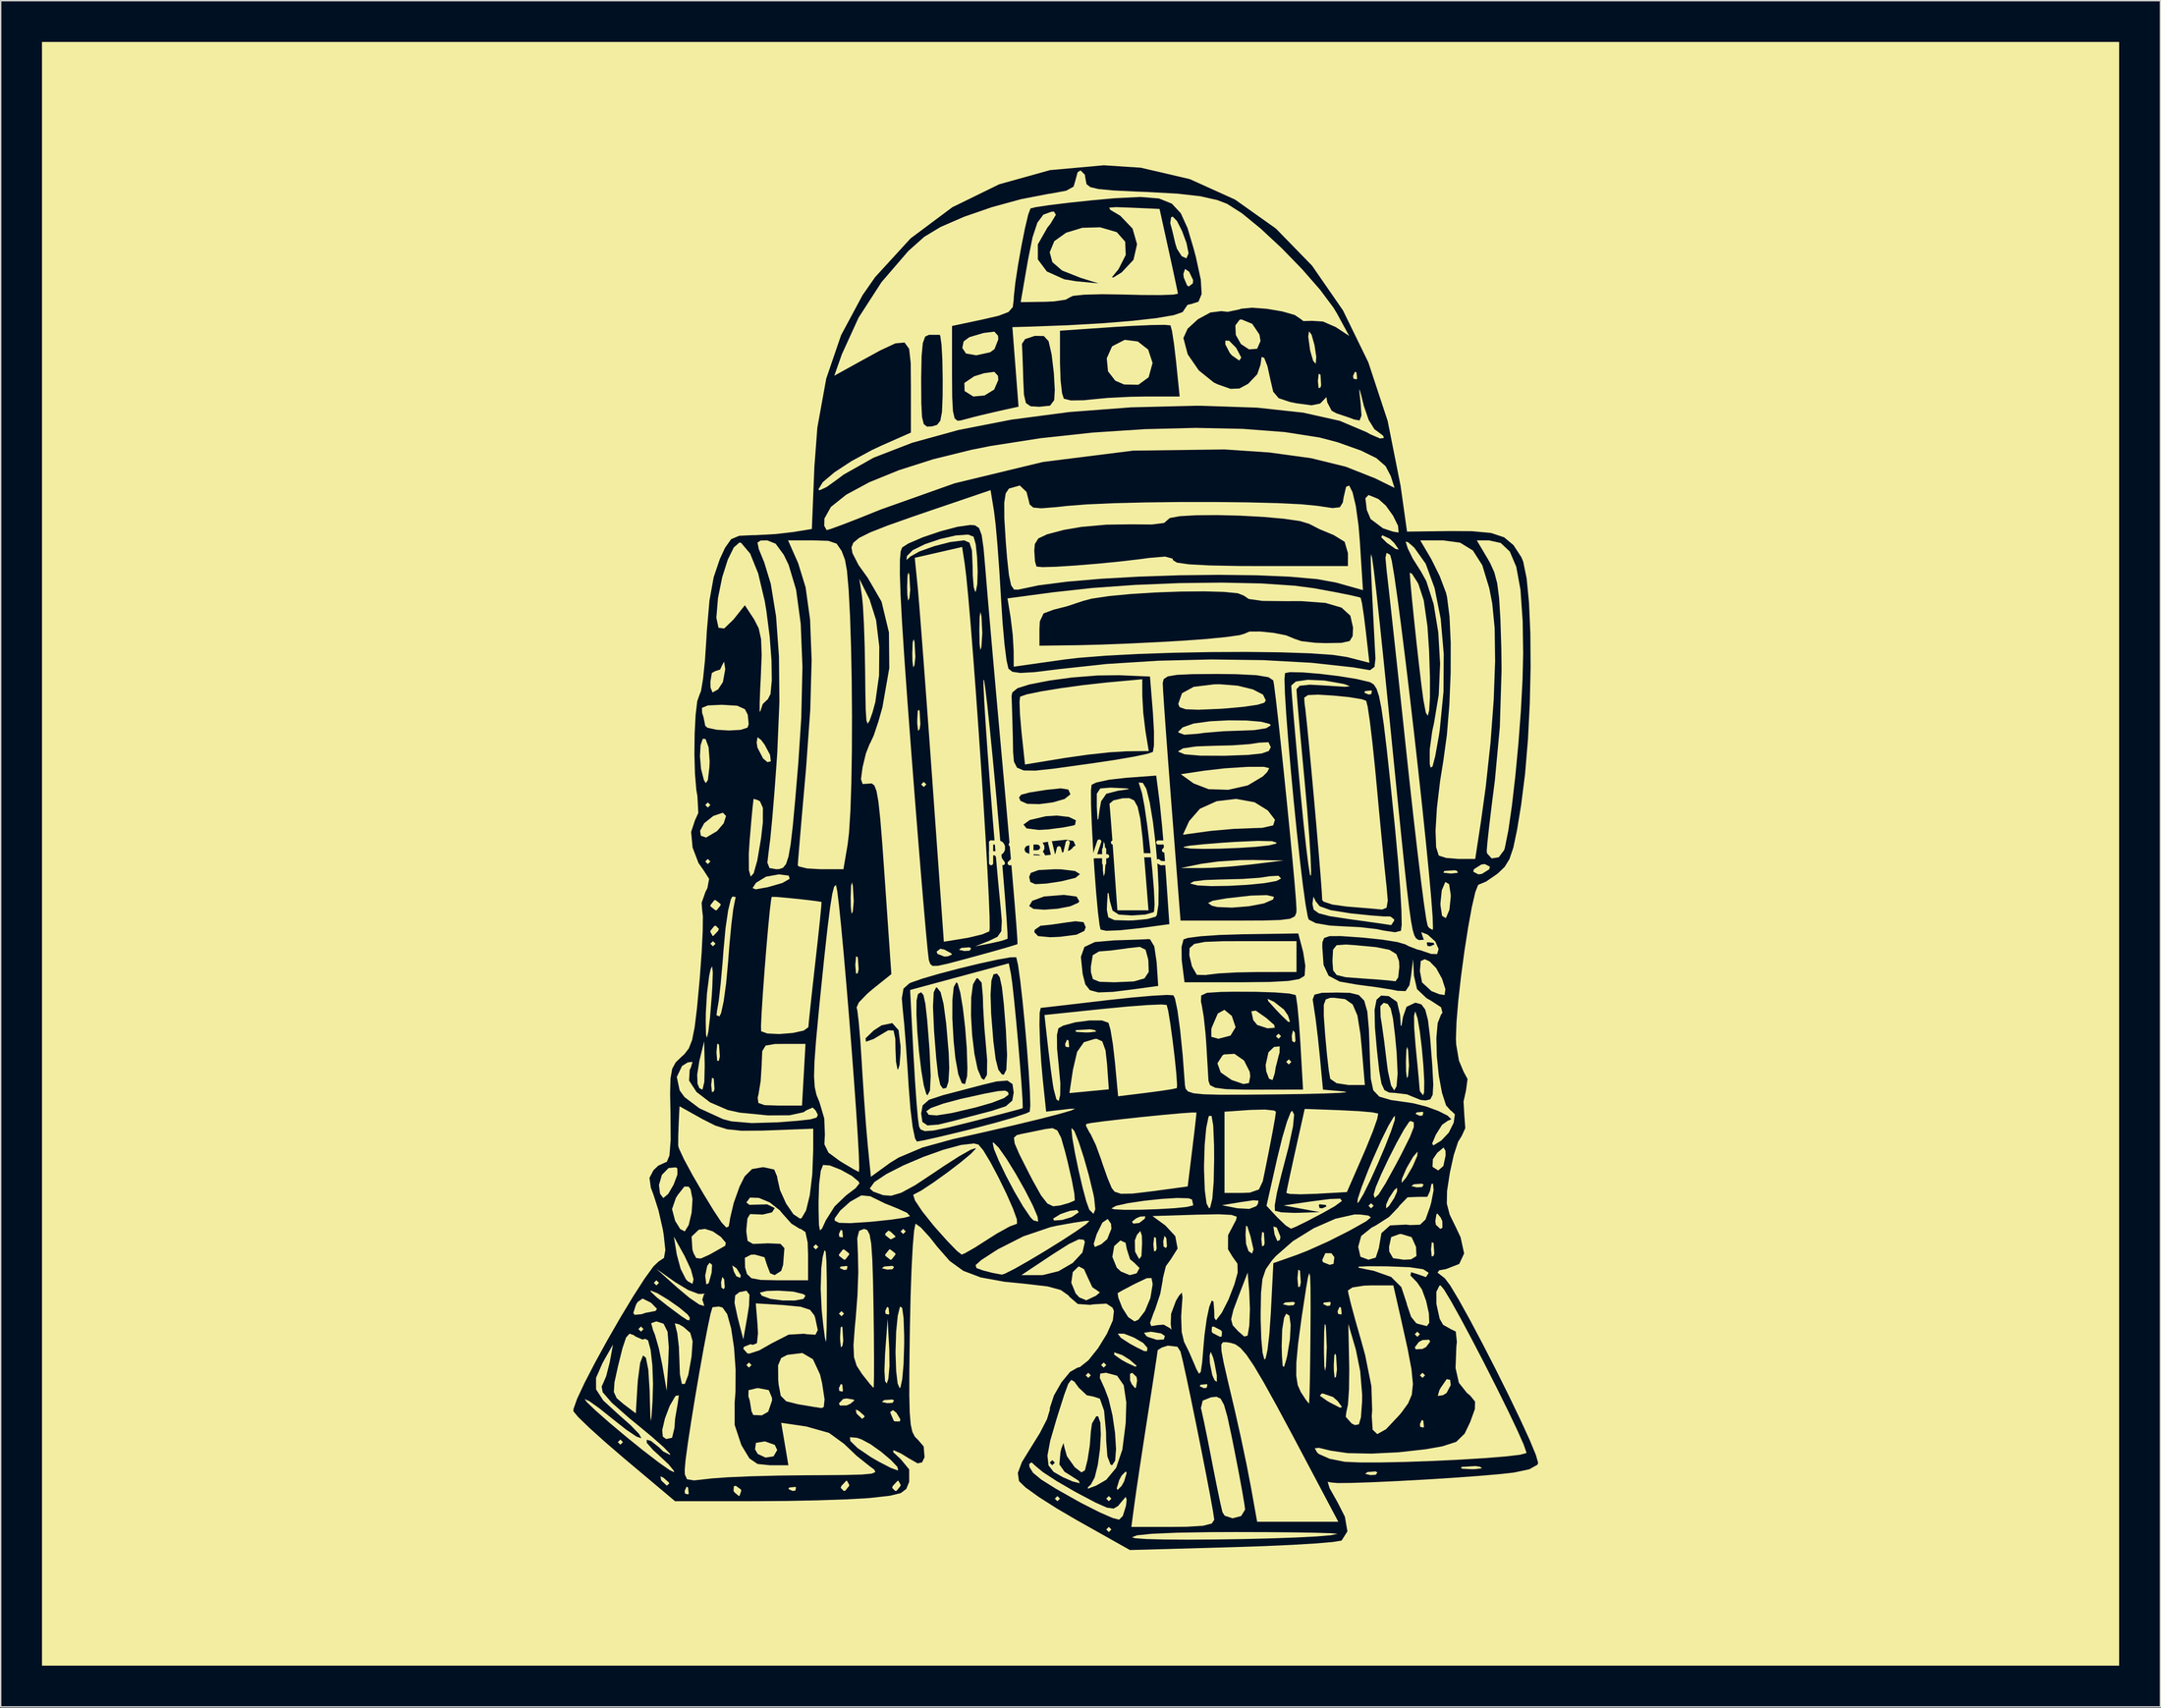
<source format=kicad_pcb>
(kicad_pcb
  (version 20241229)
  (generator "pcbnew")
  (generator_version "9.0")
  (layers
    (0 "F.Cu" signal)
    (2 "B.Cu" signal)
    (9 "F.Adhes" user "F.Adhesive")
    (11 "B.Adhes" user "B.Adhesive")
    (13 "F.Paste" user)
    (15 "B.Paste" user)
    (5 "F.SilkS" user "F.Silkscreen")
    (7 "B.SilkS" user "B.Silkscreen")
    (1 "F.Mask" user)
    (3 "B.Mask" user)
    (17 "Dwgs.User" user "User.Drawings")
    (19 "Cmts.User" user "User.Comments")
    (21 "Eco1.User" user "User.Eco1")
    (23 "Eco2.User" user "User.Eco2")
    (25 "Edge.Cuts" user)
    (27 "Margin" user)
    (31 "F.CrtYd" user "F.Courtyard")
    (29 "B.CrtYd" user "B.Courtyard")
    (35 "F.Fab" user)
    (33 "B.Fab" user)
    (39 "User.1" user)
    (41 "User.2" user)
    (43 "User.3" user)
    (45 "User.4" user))
  (footprint "R2BW147-3"
    (layer "F.Cu")
    (at 75.453 59.018)
    (property "Reference" "R2BW147-3" (at 0 0 0) (layer "F.SilkS") (effects (font (size 1.5 1.5) (thickness 0.3))))
    (attr board_only exclude_from_pos_files exclude_from_bom)
    (fp_poly (pts (xy -33.244 42.769) (xy -33.431 42.956) (xy -33.618 42.769) (xy -33.431 42.582)) (stroke (width 0) (type solid)) (fill yes) (layer "F.SilkS"))
    (fp_poly (pts (xy -31.75 34.551) (xy -31.937 34.738) (xy -32.124 34.551) (xy -31.937 34.365)) (stroke (width 0) (type solid)) (fill yes) (layer "F.SilkS"))
    (fp_poly (pts (xy -30.629 31.19) (xy -30.816 31.376) (xy -31.003 31.19) (xy -30.816 31.003)) (stroke (width 0) (type solid)) (fill yes) (layer "F.SilkS"))
    (fp_poly (pts (xy -26.894 -3.549) (xy -27.081 -3.362) (xy -27.268 -3.549) (xy -27.081 -3.735)) (stroke (width 0) (type solid)) (fill yes) (layer "F.SilkS"))
    (fp_poly (pts (xy -26.894 0.56) (xy -27.081 0.747) (xy -27.268 0.56) (xy -27.081 0.374)) (stroke (width 0) (type solid)) (fill yes) (layer "F.SilkS"))
    (fp_poly (pts (xy -26.521 6.537) (xy -26.707 6.724) (xy -26.894 6.537) (xy -26.707 6.35)) (stroke (width 0) (type solid)) (fill yes) (layer "F.SilkS"))
    (fp_poly (pts (xy -23.906 37.166) (xy -24.093 37.353) (xy -24.279 37.166) (xy -24.093 36.979)) (stroke (width 0) (type solid)) (fill yes) (layer "F.SilkS"))
    (fp_poly (pts (xy -19.05 28.575) (xy -19.237 28.762) (xy -19.424 28.575) (xy -19.237 28.388)) (stroke (width 0) (type solid)) (fill yes) (layer "F.SilkS"))
    (fp_poly (pts (xy -17.182 33.431) (xy -17.369 33.618) (xy -17.556 33.431) (xy -17.369 33.244)) (stroke (width 0) (type solid)) (fill yes) (layer "F.SilkS"))
    (fp_poly (pts (xy -12.7 27.454) (xy -12.887 27.641) (xy -13.074 27.454) (xy -12.887 27.268)) (stroke (width 0) (type solid)) (fill yes) (layer "F.SilkS"))
    (fp_poly (pts (xy -11.206 -5.043) (xy -11.393 -4.856) (xy -11.579 -5.043) (xy -11.393 -5.229)) (stroke (width 0) (type solid)) (fill yes) (layer "F.SilkS"))
    (fp_poly (pts (xy -1.494 46.878) (xy -1.681 47.065) (xy -1.868 46.878) (xy -1.681 46.691)) (stroke (width 0) (type solid)) (fill yes) (layer "F.SilkS"))
    (fp_poly (pts (xy 0.747 37.913) (xy 0.56 38.1) (xy 0.374 37.913) (xy 0.56 37.726)) (stroke (width 0) (type solid)) (fill yes) (layer "F.SilkS"))
    (fp_poly (pts (xy 1.868 37.166) (xy 1.681 37.353) (xy 1.494 37.166) (xy 1.681 36.979)) (stroke (width 0) (type solid)) (fill yes) (layer "F.SilkS"))
    (fp_poly (pts (xy 2.241 46.878) (xy 2.054 47.065) (xy 1.868 46.878) (xy 2.054 46.691)) (stroke (width 0) (type solid)) (fill yes) (layer "F.SilkS"))
    (fp_poly (pts (xy 2.241 49.119) (xy 2.054 49.306) (xy 1.868 49.119) (xy 2.054 48.932)) (stroke (width 0) (type solid)) (fill yes) (layer "F.SilkS"))
    (fp_poly (pts (xy 14.568 13.26) (xy 14.381 13.447) (xy 14.194 13.26) (xy 14.381 13.074)) (stroke (width 0) (type solid)) (fill yes) (layer "F.SilkS"))
    (fp_poly (pts (xy 15.315 15.128) (xy 15.128 15.315) (xy 14.941 15.128) (xy 15.128 14.941)) (stroke (width 0) (type solid)) (fill yes) (layer "F.SilkS"))
    (fp_poly (pts (xy 21.291 25.587) (xy 21.104 25.774) (xy 20.918 25.587) (xy 21.104 25.4)) (stroke (width 0) (type solid)) (fill yes) (layer "F.SilkS"))
    (fp_poly (pts (xy 24.653 34.925) (xy 24.466 35.112) (xy 24.279 34.925) (xy 24.466 34.738)) (stroke (width 0) (type solid)) (fill yes) (layer "F.SilkS"))
    (fp_poly (pts (xy 25.026 37.913) (xy 24.84 38.1) (xy 24.653 37.913) (xy 24.84 37.726)) (stroke (width 0) (type solid)) (fill yes) (layer "F.SilkS"))
    (fp_poly (pts (xy -28.513 46.069) (xy -28.468 46.512) (xy -28.513 46.567) (xy -28.735 46.515) (xy -28.762 46.318) (xy -28.625 46.01)) (stroke (width 0) (type solid)) (fill yes) (layer "F.SilkS"))
    (fp_poly (pts (xy -26.647 16.342) (xy -26.597 17.107) (xy -26.647 17.276) (xy -26.783 17.323) (xy -26.835 16.809) (xy -26.776 16.279)) (stroke (width 0) (type solid)) (fill yes) (layer "F.SilkS"))
    (fp_poly (pts (xy -25.892 30.933) (xy -25.847 31.517) (xy -25.921 31.649) (xy -26.091 31.537) (xy -26.118 31.159) (xy -26.026 30.76)) (stroke (width 0) (type solid)) (fill yes) (layer "F.SilkS"))
    (fp_poly (pts (xy -20.669 46.069) (xy -20.72 46.291) (xy -20.918 46.318) (xy -21.225 46.181) (xy -21.167 46.069) (xy -20.723 46.024)) (stroke (width 0) (type solid)) (fill yes) (layer "F.SilkS"))
    (fp_poly (pts (xy -17.307 27.392) (xy -17.262 27.835) (xy -17.307 27.89) (xy -17.529 27.839) (xy -17.556 27.641) (xy -17.419 27.334)) (stroke (width 0) (type solid)) (fill yes) (layer "F.SilkS"))
    (fp_poly (pts (xy -17.307 38.598) (xy -17.262 39.041) (xy -17.307 39.096) (xy -17.529 39.045) (xy -17.556 38.847) (xy -17.419 38.54)) (stroke (width 0) (type solid)) (fill yes) (layer "F.SilkS"))
    (fp_poly (pts (xy -16.933 30.007) (xy -16.985 30.229) (xy -17.182 30.256) (xy -17.49 30.119) (xy -17.431 30.007) (xy -16.988 29.962)) (stroke (width 0) (type solid)) (fill yes) (layer "F.SilkS"))
    (fp_poly (pts (xy -13.945 32.995) (xy -13.9 33.438) (xy -13.945 33.493) (xy -14.167 33.442) (xy -14.194 33.244) (xy -14.057 32.937)) (stroke (width 0) (type solid)) (fill yes) (layer "F.SilkS"))
    (fp_poly (pts (xy -13.548 30.03) (xy -13.66 30.2) (xy -14.038 30.226) (xy -14.437 30.135) (xy -14.264 30.001) (xy -13.68 29.956)) (stroke (width 0) (type solid)) (fill yes) (layer "F.SilkS"))
    (fp_poly (pts (xy -13.548 39.742) (xy -13.66 39.912) (xy -14.038 39.938) (xy -14.437 39.847) (xy -14.264 39.712) (xy -13.68 39.668)) (stroke (width 0) (type solid)) (fill yes) (layer "F.SilkS"))
    (fp_poly (pts (xy -7.945 6.871) (xy -8.057 7.041) (xy -8.436 7.068) (xy -8.834 6.976) (xy -8.661 6.842) (xy -8.077 6.797)) (stroke (width 0) (type solid)) (fill yes) (layer "F.SilkS"))
    (fp_poly (pts (xy -0.872 13.572) (xy -0.827 14.015) (xy -0.872 14.07) (xy -1.094 14.018) (xy -1.121 13.821) (xy -0.984 13.513)) (stroke (width 0) (type solid)) (fill yes) (layer "F.SilkS"))
    (fp_poly (pts (xy 5.477 27.921) (xy 5.526 28.686) (xy 5.477 28.855) (xy 5.34 28.902) (xy 5.288 28.388) (xy 5.347 27.858)) (stroke (width 0) (type solid)) (fill yes) (layer "F.SilkS"))
    (fp_poly (pts (xy 6.232 27.945) (xy 6.276 28.528) (xy 6.202 28.661) (xy 6.032 28.549) (xy 6.006 28.17) (xy 6.097 27.772)) (stroke (width 0) (type solid)) (fill yes) (layer "F.SilkS"))
    (fp_poly (pts (xy 9.214 38.598) (xy 9.162 38.82) (xy 8.965 38.847) (xy 8.657 38.71) (xy 8.716 38.598) (xy 9.159 38.553)) (stroke (width 0) (type solid)) (fill yes) (layer "F.SilkS"))
    (fp_poly (pts (xy 13.321 27.548) (xy 13.37 28.313) (xy 13.321 28.482) (xy 13.185 28.529) (xy 13.133 28.015) (xy 13.191 27.484)) (stroke (width 0) (type solid)) (fill yes) (layer "F.SilkS"))
    (fp_poly (pts (xy 15.57 13.003) (xy 15.614 13.587) (xy 15.54 13.719) (xy 15.371 13.608) (xy 15.344 13.229) (xy 15.435 12.831)) (stroke (width 0) (type solid)) (fill yes) (layer "F.SilkS"))
    (fp_poly (pts (xy 15.587 32.645) (xy 15.476 32.815) (xy 15.097 32.841) (xy 14.698 32.75) (xy 14.871 32.615) (xy 15.455 32.571)) (stroke (width 0) (type solid)) (fill yes) (layer "F.SilkS"))
    (fp_poly (pts (xy 17.43 -34.832) (xy 17.479 -34.067) (xy 17.43 -33.898) (xy 17.293 -33.851) (xy 17.241 -34.365) (xy 17.3 -34.895)) (stroke (width 0) (type solid)) (fill yes) (layer "F.SilkS"))
    (fp_poly (pts (xy 18.178 32.622) (xy 18.127 32.844) (xy 17.929 32.871) (xy 17.622 32.734) (xy 17.68 32.622) (xy 18.124 32.577)) (stroke (width 0) (type solid)) (fill yes) (layer "F.SilkS"))
    (fp_poly (pts (xy 18.925 32.995) (xy 18.97 33.438) (xy 18.925 33.493) (xy 18.703 33.442) (xy 18.676 33.244) (xy 18.813 32.937)) (stroke (width 0) (type solid)) (fill yes) (layer "F.SilkS"))
    (fp_poly (pts (xy 20.046 -34.987) (xy 20.091 -34.544) (xy 20.046 -34.489) (xy 19.824 -34.54) (xy 19.797 -34.738) (xy 19.934 -35.046)) (stroke (width 0) (type solid)) (fill yes) (layer "F.SilkS"))
    (fp_poly (pts (xy 21.167 -11.828) (xy 21.115 -11.606) (xy 20.918 -11.579) (xy 20.61 -11.716) (xy 20.669 -11.828) (xy 21.112 -11.873)) (stroke (width 0) (type solid)) (fill yes) (layer "F.SilkS"))
    (fp_poly (pts (xy 21.564 44.971) (xy 21.452 45.141) (xy 21.073 45.168) (xy 20.675 45.076) (xy 20.848 44.942) (xy 21.431 44.897)) (stroke (width 0) (type solid)) (fill yes) (layer "F.SilkS"))
    (fp_poly (pts (xy 24.902 18.801) (xy 24.851 19.023) (xy 24.653 19.05) (xy 24.345 18.913) (xy 24.404 18.801) (xy 24.847 18.756)) (stroke (width 0) (type solid)) (fill yes) (layer "F.SilkS"))
    (fp_poly (pts (xy 24.902 41.213) (xy 24.947 41.656) (xy 24.902 41.711) (xy 24.68 41.66) (xy 24.653 41.462) (xy 24.79 41.154)) (stroke (width 0) (type solid)) (fill yes) (layer "F.SilkS"))
    (fp_poly (pts (xy 24.925 24.054) (xy 24.814 24.224) (xy 24.435 24.25) (xy 24.036 24.159) (xy 24.209 24.024) (xy 24.793 23.98)) (stroke (width 0) (type solid)) (fill yes) (layer "F.SilkS"))
    (fp_poly (pts (xy 25.647 28.295) (xy 25.697 29.06) (xy 25.647 29.229) (xy 25.511 29.276) (xy 25.459 28.762) (xy 25.518 28.231)) (stroke (width 0) (type solid)) (fill yes) (layer "F.SilkS"))
    (fp_poly (pts (xy 27.361 1.247) (xy 27.408 1.383) (xy 26.894 1.435) (xy 26.364 1.376) (xy 26.427 1.247) (xy 27.192 1.197)) (stroke (width 0) (type solid)) (fill yes) (layer "F.SilkS"))
    (fp_poly (pts (xy -30.314 45.348) (xy -29.916 45.695) (xy -29.882 45.779) (xy -30.06 45.933) (xy -30.429 45.589) (xy -30.478 45.513) (xy -30.522 45.257)) (stroke (width 0) (type solid)) (fill yes) (layer "F.SilkS"))
    (fp_poly (pts (xy -25.029 30.108) (xy -24.98 30.156) (xy -24.685 30.646) (xy -24.725 30.826) (xy -25.003 30.714) (xy -25.189 30.365) (xy -25.303 29.929)) (stroke (width 0) (type solid)) (fill yes) (layer "F.SilkS"))
    (fp_poly (pts (xy -16.119 40.492) (xy -15.722 40.839) (xy -15.688 40.924) (xy -15.866 41.077) (xy -16.235 40.733) (xy -16.284 40.657) (xy -16.328 40.401)) (stroke (width 0) (type solid)) (fill yes) (layer "F.SilkS"))
    (fp_poly (pts (xy 4.666 26.525) (xy 4.267 26.835) (xy 3.839 26.886) (xy 3.735 26.747) (xy 4.028 26.507) (xy 4.315 26.378) (xy 4.701 26.352)) (stroke (width 0) (type solid)) (fill yes) (layer "F.SilkS"))
    (fp_poly (pts (xy 14.239 27.164) (xy 14.257 27.181) (xy 14.52 27.827) (xy 14.488 28.066) (xy 14.296 28.152) (xy 14.094 27.671) (xy 14.009 27.094)) (stroke (width 0) (type solid)) (fill yes) (layer "F.SilkS"))
    (fp_poly (pts (xy 18.223 29.036) (xy 18.439 29.324) (xy 18.38 29.805) (xy 18.104 29.882) (xy 17.615 29.689) (xy 17.556 29.531) (xy 17.784 29.034)) (stroke (width 0) (type solid)) (fill yes) (layer "F.SilkS"))
    (fp_poly (pts (xy 22.472 -22.9) (xy 22.785 -22.599) (xy 23.115 -22.124) (xy 22.898 -22.156) (xy 22.247 -22.61) (xy 21.842 -23.016) (xy 21.921 -23.159)) (stroke (width 0) (type solid)) (fill yes) (layer "F.SilkS"))
    (fp_poly (pts (xy -26.77 29.882) (xy -26.805 30.454) (xy -27.016 31.215) (xy -27.191 31.301) (xy -27.268 30.687) (xy -27.268 30.651) (xy -27.122 29.954) (xy -26.948 29.729)) (stroke (width 0) (type solid)) (fill yes) (layer "F.SilkS"))
    (fp_poly (pts (xy -26.28 13.857) (xy -26.262 13.921) (xy -26.207 14.735) (xy -26.276 15.042) (xy -26.398 15.054) (xy -26.448 14.469) (xy -26.448 14.381) (xy -26.394 13.802)) (stroke (width 0) (type solid)) (fill yes) (layer "F.SilkS"))
    (fp_poly (pts (xy -26.275 5.458) (xy -26.334 5.603) (xy -26.669 5.959) (xy -26.729 5.976) (xy -26.89 5.687) (xy -26.894 5.603) (xy -26.607 5.244) (xy -26.499 5.229)) (stroke (width 0) (type solid)) (fill yes) (layer "F.SilkS"))
    (fp_poly (pts (xy -26.158 3.646) (xy -26.147 3.735) (xy -26.431 4.098) (xy -26.521 4.109) (xy -26.883 3.825) (xy -26.894 3.735) (xy -26.61 3.373) (xy -26.521 3.362)) (stroke (width 0) (type solid)) (fill yes) (layer "F.SilkS"))
    (fp_poly (pts (xy -24.668 46.215) (xy -24.653 46.318) (xy -24.78 46.681) (xy -24.818 46.691) (xy -25.137 46.429) (xy -25.213 46.318) (xy -25.184 45.973) (xy -25.049 45.944)) (stroke (width 0) (type solid)) (fill yes) (layer "F.SilkS"))
    (fp_poly (pts (xy -17.298 34.458) (xy -17.24 35.405) (xy -17.298 35.765) (xy -17.407 35.882) (xy -17.466 35.365) (xy -17.469 35.112) (xy -17.43 34.432) (xy -17.333 34.352)) (stroke (width 0) (type solid)) (fill yes) (layer "F.SilkS"))
    (fp_poly (pts (xy -16.82 29.046) (xy -16.809 29.135) (xy -17.093 29.498) (xy -17.182 29.509) (xy -17.545 29.225) (xy -17.556 29.135) (xy -17.272 28.773) (xy -17.182 28.762)) (stroke (width 0) (type solid)) (fill yes) (layer "F.SilkS"))
    (fp_poly (pts (xy -16.813 45.86) (xy -16.809 45.944) (xy -17.096 46.303) (xy -17.204 46.318) (xy -17.427 46.089) (xy -17.369 45.944) (xy -17.033 45.588) (xy -16.974 45.571)) (stroke (width 0) (type solid)) (fill yes) (layer "F.SilkS"))
    (fp_poly (pts (xy -16.541 2.34) (xy -16.479 3.444) (xy -16.546 4.207) (xy -16.633 4.358) (xy -16.69 3.868) (xy -16.702 3.175) (xy -16.674 2.327) (xy -16.607 2.08)) (stroke (width 0) (type solid)) (fill yes) (layer "F.SilkS"))
    (fp_poly (pts (xy -16.497 39.674) (xy -16.435 39.741) (xy -16.727 39.982) (xy -16.996 40.103) (xy -17.477 40.11) (xy -17.556 39.956) (xy -17.253 39.635) (xy -16.996 39.594)) (stroke (width 0) (type solid)) (fill yes) (layer "F.SilkS"))
    (fp_poly (pts (xy -16.195 7.507) (xy -16.176 7.571) (xy -16.122 8.385) (xy -16.19 8.692) (xy -16.313 8.704) (xy -16.363 8.119) (xy -16.362 8.031) (xy -16.309 7.452)) (stroke (width 0) (type solid)) (fill yes) (layer "F.SilkS"))
    (fp_poly (pts (xy -13.821 27.454) (xy -13.464 27.79) (xy -13.447 27.85) (xy -13.736 28.01) (xy -13.821 28.015) (xy -14.18 27.728) (xy -14.194 27.619) (xy -13.965 27.396)) (stroke (width 0) (type solid)) (fill yes) (layer "F.SilkS"))
    (fp_poly (pts (xy -13.458 29.046) (xy -13.447 29.135) (xy -13.731 29.498) (xy -13.821 29.509) (xy -14.183 29.225) (xy -14.194 29.135) (xy -13.91 28.773) (xy -13.821 28.762)) (stroke (width 0) (type solid)) (fill yes) (layer "F.SilkS"))
    (fp_poly (pts (xy -13.379 40.634) (xy -13.093 41.109) (xy -13.13 41.269) (xy -13.52 41.257) (xy -13.572 41.213) (xy -13.818 40.638) (xy -13.821 40.578) (xy -13.631 40.439)) (stroke (width 0) (type solid)) (fill yes) (layer "F.SilkS"))
    (fp_poly (pts (xy -13.078 45.86) (xy -13.074 45.944) (xy -13.361 46.303) (xy -13.469 46.318) (xy -13.692 46.089) (xy -13.634 45.944) (xy -13.298 45.588) (xy -13.238 45.571)) (stroke (width 0) (type solid)) (fill yes) (layer "F.SilkS"))
    (fp_poly (pts (xy -12.436 -20.264) (xy -12.375 -19.176) (xy -12.436 -18.583) (xy -12.529 -18.406) (xy -12.587 -18.875) (xy -12.598 -19.424) (xy -12.569 -20.231) (xy -12.495 -20.453)) (stroke (width 0) (type solid)) (fill yes) (layer "F.SilkS"))
    (fp_poly (pts (xy -12.063 -15.408) (xy -12.001 -14.32) (xy -12.063 -13.727) (xy -12.155 -13.55) (xy -12.214 -14.019) (xy -12.225 -14.568) (xy -12.196 -15.376) (xy -12.121 -15.597)) (stroke (width 0) (type solid)) (fill yes) (layer "F.SilkS"))
    (fp_poly (pts (xy -11.695 -10.365) (xy -11.637 -9.418) (xy -11.695 -9.058) (xy -11.804 -8.942) (xy -11.863 -9.458) (xy -11.866 -9.712) (xy -11.827 -10.391) (xy -11.73 -10.471)) (stroke (width 0) (type solid)) (fill yes) (layer "F.SilkS"))
    (fp_poly (pts (xy -9.899 6.962) (xy -9.407 7.227) (xy -9.338 7.324) (xy -9.643 7.454) (xy -9.899 7.471) (xy -10.396 7.275) (xy -10.459 7.109) (xy -10.185 6.903)) (stroke (width 0) (type solid)) (fill yes) (layer "F.SilkS"))
    (fp_poly (pts (xy 1.027 12.816) (xy 1.143 12.924) (xy 0.627 12.983) (xy 0.374 12.987) (xy -0.306 12.948) (xy -0.386 12.851) (xy -0.28 12.816) (xy 0.667 12.758)) (stroke (width 0) (type solid)) (fill yes) (layer "F.SilkS"))
    (fp_poly (pts (xy 1.762 -0.654) (xy 1.824 0.553) (xy 1.762 1.401) (xy 1.68 1.632) (xy 1.624 1.208) (xy 1.606 0.374) (xy 1.629 -0.549) (xy 1.69 -0.894)) (stroke (width 0) (type solid)) (fill yes) (layer "F.SilkS"))
    (fp_poly (pts (xy 3.35 45.01) (xy 3.164 45.624) (xy 2.988 45.944) (xy 2.692 46.243) (xy 2.626 46.131) (xy 2.812 45.517) (xy 2.988 45.197) (xy 3.284 44.898)) (stroke (width 0) (type solid)) (fill yes) (layer "F.SilkS"))
    (fp_poly (pts (xy 4.068 38.029) (xy 4.109 38.287) (xy 4.029 38.785) (xy 3.962 38.847) (xy 3.721 38.555) (xy 3.6 38.287) (xy 3.592 37.806) (xy 3.747 37.726)) (stroke (width 0) (type solid)) (fill yes) (layer "F.SilkS"))
    (fp_poly (pts (xy 5.849 34.866) (xy 6.125 35.05) (xy 6.049 35.308) (xy 5.546 35.334) (xy 4.9 35.126) (xy 4.777 35.055) (xy 4.611 34.818) (xy 5.114 34.744)) (stroke (width 0) (type solid)) (fill yes) (layer "F.SilkS"))
    (fp_poly (pts (xy 7.886 -42.316) (xy 8.178 -41.706) (xy 8.159 -41.471) (xy 7.862 -41.242) (xy 7.743 -41.314) (xy 7.495 -41.898) (xy 7.471 -42.159) (xy 7.589 -42.515)) (stroke (width 0) (type solid)) (fill yes) (layer "F.SilkS"))
    (fp_poly (pts (xy 10.196 34.637) (xy 10.272 34.738) (xy 10.255 35.083) (xy 10.129 35.112) (xy 9.601 34.839) (xy 9.525 34.738) (xy 9.542 34.393) (xy 9.668 34.365)) (stroke (width 0) (type solid)) (fill yes) (layer "F.SilkS"))
    (fp_poly (pts (xy 12.929 25.213) (xy 12.884 25.444) (xy 12.773 25.613) (xy 12.26 25.815) (xy 11.393 25.769) (xy 10.272 25.546) (xy 11.579 25.33) (xy 12.545 25.187)) (stroke (width 0) (type solid)) (fill yes) (layer "F.SilkS"))
    (fp_poly (pts (xy 15.929 30.292) (xy 15.947 30.356) (xy 16.002 31.17) (xy 15.933 31.477) (xy 15.811 31.489) (xy 15.761 30.905) (xy 15.761 30.816) (xy 15.815 30.237)) (stroke (width 0) (type solid)) (fill yes) (layer "F.SilkS"))
    (fp_poly (pts (xy 18.567 36.517) (xy 18.627 37.49) (xy 18.56 38.011) (xy 18.459 38.098) (xy 18.402 37.562) (xy 18.397 37.166) (xy 18.434 36.443) (xy 18.518 36.333)) (stroke (width 0) (type solid)) (fill yes) (layer "F.SilkS"))
    (fp_poly (pts (xy 22.996 24.554) (xy 22.785 25.026) (xy 22.4 25.613) (xy 22.199 25.774) (xy 22.201 25.499) (xy 22.412 25.026) (xy 22.798 24.439) (xy 22.998 24.279)) (stroke (width 0) (type solid)) (fill yes) (layer "F.SilkS"))
    (fp_poly (pts (xy 23.8 14.293) (xy 23.862 15.397) (xy 23.795 16.16) (xy 23.708 16.311) (xy 23.651 15.821) (xy 23.639 15.128) (xy 23.667 14.28) (xy 23.734 14.033)) (stroke (width 0) (type solid)) (fill yes) (layer "F.SilkS"))
    (fp_poly (pts (xy 25.4 35.457) (xy 25.103 35.855) (xy 24.84 35.994) (xy 24.358 36.021) (xy 24.279 35.887) (xy 24.576 35.489) (xy 24.84 35.35) (xy 25.322 35.323)) (stroke (width 0) (type solid)) (fill yes) (layer "F.SilkS"))
    (fp_poly (pts (xy 26.161 26.439) (xy 26.282 26.707) (xy 26.29 27.188) (xy 26.135 27.268) (xy 25.814 26.965) (xy 25.774 26.707) (xy 25.853 26.209) (xy 25.92 26.147)) (stroke (width 0) (type solid)) (fill yes) (layer "F.SilkS"))
    (fp_poly (pts (xy 26.848 38.237) (xy 26.894 38.62) (xy 26.592 39.195) (xy 26.325 39.359) (xy 25.954 39.412) (xy 26.064 39.008) (xy 26.152 38.839) (xy 26.596 38.192)) (stroke (width 0) (type solid)) (fill yes) (layer "F.SilkS"))
    (fp_poly (pts (xy 29.042 44.566) (xy 29.158 44.674) (xy 28.642 44.733) (xy 28.388 44.737) (xy 27.709 44.698) (xy 27.629 44.601) (xy 27.735 44.566) (xy 28.682 44.508)) (stroke (width 0) (type solid)) (fill yes) (layer "F.SilkS"))
    (fp_poly (pts (xy 29.735 0.934) (xy 29.696 1.121) (xy 29.157 1.461) (xy 28.904 1.494) (xy 28.535 1.307) (xy 28.575 1.121) (xy 29.114 0.781) (xy 29.366 0.747)) (stroke (width 0) (type solid)) (fill yes) (layer "F.SilkS"))
    (fp_poly (pts (xy -27.306 15.408) (xy -27.334 16.585) (xy -27.469 17.146) (xy -27.69 17.038) (xy -27.827 16.715) (xy -27.852 16.06) (xy -27.698 15.074) (xy -27.667 14.941) (xy -27.344 13.634)) (stroke (width 0) (type solid)) (fill yes) (layer "F.SilkS"))
    (fp_poly (pts (xy -24.054 32.053) (xy -24.088 32.865) (xy -24.211 33.641) (xy -24.501 35.299) (xy -24.917 33.686) (xy -25.139 32.648) (xy -25.095 32.108) (xy -24.79 31.866) (xy -24.274 31.762)) (stroke (width 0) (type solid)) (fill yes) (layer "F.SilkS"))
    (fp_poly (pts (xy -23.199 -8.265) (xy -22.944 -7.918) (xy -22.559 -7.194) (xy -22.501 -6.72) (xy -22.75 -6.664) (xy -23.065 -6.931) (xy -23.475 -7.72) (xy -23.532 -8.098) (xy -23.468 -8.476)) (stroke (width 0) (type solid)) (fill yes) (layer "F.SilkS"))
    (fp_poly (pts (xy -22.926 42.718) (xy -22.216 42.969) (xy -22.038 43.343) (xy -22.306 43.801) (xy -22.887 43.893) (xy -23.453 43.629) (xy -23.65 43.292) (xy -23.583 42.819) (xy -22.942 42.717)) (stroke (width 0) (type solid)) (fill yes) (layer "F.SilkS"))
    (fp_poly (pts (xy -13.898 36.007) (xy -13.882 37.239) (xy -13.962 38.162) (xy -14.08 38.511) (xy -14.205 38.329) (xy -14.249 37.566) (xy -14.204 36.384) (xy -14.199 36.309) (xy -14.017 33.804)) (stroke (width 0) (type solid)) (fill yes) (layer "F.SilkS"))
    (fp_poly (pts (xy -7.201 -17.278) (xy -7.2 -17.269) (xy -7.139 -16.051) (xy -7.204 -15.028) (xy -7.282 -14.822) (xy -7.336 -15.266) (xy -7.355 -16.249) (xy -7.332 -17.207) (xy -7.277 -17.576)) (stroke (width 0) (type solid)) (fill yes) (layer "F.SilkS"))
    (fp_poly (pts (xy -0.13 26.055) (xy -0.134 26.062) (xy -0.643 26.406) (xy -1.33 26.616) (xy -1.93 26.662) (xy -1.989 26.516) (xy -1.451 26.189) (xy -0.782 25.959) (xy -0.251 25.892)) (stroke (width 0) (type solid)) (fill yes) (layer "F.SilkS"))
    (fp_poly (pts (xy 2.212 26.894) (xy 2.241 27.255) (xy 1.94 28.009) (xy 1.512 28.378) (xy 1.036 28.583) (xy 0.953 28.361) (xy 1.175 27.645) (xy 1.587 26.808) (xy 1.972 26.544)) (stroke (width 0) (type solid)) (fill yes) (layer "F.SilkS"))
    (fp_poly (pts (xy 3.033 36.442) (xy 3.571 36.781) (xy 4.079 37.22) (xy 3.986 37.29) (xy 3.339 36.988) (xy 2.988 36.793) (xy 2.451 36.418) (xy 2.438 36.246) (xy 2.45 36.246)) (stroke (width 0) (type solid)) (fill yes) (layer "F.SilkS"))
    (fp_poly (pts (xy 4.452 27.754) (xy 4.471 28.295) (xy 4.423 29.246) (xy 4.256 29.46) (xy 3.97 28.938) (xy 3.961 28.916) (xy 3.942 28.109) (xy 4.097 27.702) (xy 4.343 27.418)) (stroke (width 0) (type solid)) (fill yes) (layer "F.SilkS"))
    (fp_poly (pts (xy 9.635 36.635) (xy 9.721 36.977) (xy 9.901 37.93) (xy 9.899 38.391) (xy 9.733 38.265) (xy 9.571 37.899) (xy 9.393 37.019) (xy 9.376 36.482) (xy 9.459 36.201)) (stroke (width 0) (type solid)) (fill yes) (layer "F.SilkS"))
    (fp_poly (pts (xy 10.793 -37.298) (xy 11.287 -36.798) (xy 11.317 -36.758) (xy 11.677 -36.072) (xy 11.528 -35.858) (xy 11.009 -36.22) (xy 10.843 -36.407) (xy 10.519 -37.03) (xy 10.517 -37.306)) (stroke (width 0) (type solid)) (fill yes) (layer "F.SilkS"))
    (fp_poly (pts (xy 10.987 11.785) (xy 11.264 12.604) (xy 10.895 13.216) (xy 10.014 13.447) (xy 9.503 13.305) (xy 9.501 12.75) (xy 9.542 12.607) (xy 9.973 11.607) (xy 10.452 11.343)) (stroke (width 0) (type solid)) (fill yes) (layer "F.SilkS"))
    (fp_poly (pts (xy 12.115 27.081) (xy 12.344 27.803) (xy 12.346 27.809) (xy 12.564 28.761) (xy 12.458 29.061) (xy 12.202 28.886) (xy 12.024 28.359) (xy 11.985 27.672) (xy 12.021 27.047)) (stroke (width 0) (type solid)) (fill yes) (layer "F.SilkS"))
    (fp_poly (pts (xy 13.488 11.931) (xy 14.076 12.448) (xy 14.106 12.648) (xy 13.597 12.687) (xy 13.58 12.688) (xy 12.836 12.444) (xy 12.544 12.086) (xy 12.411 11.448) (xy 12.729 11.401)) (stroke (width 0) (type solid)) (fill yes) (layer "F.SilkS"))
    (fp_poly (pts (xy 18.342 39.489) (xy 18.676 39.781) (xy 18.996 40.222) (xy 18.844 40.263) (xy 18.148 39.905) (xy 17.929 39.781) (xy 17.382 39.392) (xy 17.524 39.238) (xy 17.604 39.234)) (stroke (width 0) (type solid)) (fill yes) (layer "F.SilkS"))
    (fp_poly (pts (xy 26.512 21.585) (xy 26.521 21.936) (xy 26.357 22.697) (xy 25.983 23.02) (xy 25.569 22.757) (xy 25.568 22.756) (xy 25.597 22.201) (xy 25.916 21.736) (xy 26.372 21.351)) (stroke (width 0) (type solid)) (fill yes) (layer "F.SilkS"))
    (fp_poly (pts (xy -28.758 29.255) (xy -28.308 30.221) (xy -28.117 30.936) (xy -28.194 31.263) (xy -28.543 31.068) (xy -28.68 30.915) (xy -29.052 30.179) (xy -29.331 29.145) (xy -29.339 29.1) (xy -29.547 27.828)) (stroke (width 0) (type solid)) (fill yes) (layer "F.SilkS"))
    (fp_poly (pts (xy -25.757 -2.75) (xy -25.925 -2.217) (xy -26.398 -1.663) (xy -26.427 -1.641) (xy -27.207 -1.181) (xy -27.586 -1.316) (xy -27.641 -1.668) (xy -27.344 -2.223) (xy -26.679 -2.753) (xy -25.985 -2.988)) (stroke (width 0) (type solid)) (fill yes) (layer "F.SilkS"))
    (fp_poly (pts (xy 12.475 -38.523) (xy 12.995 -37.748) (xy 13.074 -37.278) (xy 12.828 -36.713) (xy 12.24 -36.669) (xy 11.654 -37.054) (xy 11.279 -37.719) (xy 11.248 -38.411) (xy 11.553 -38.824) (xy 11.691 -38.847)) (stroke (width 0) (type solid)) (fill yes) (layer "F.SilkS"))
    (fp_poly (pts (xy 14.031 10.748) (xy 14.057 10.761) (xy 14.775 11.322) (xy 15.072 11.756) (xy 15.217 12.208) (xy 15.086 12.217) (xy 14.587 11.738) (xy 14.194 11.326) (xy 13.637 10.711) (xy 13.589 10.545)) (stroke (width 0) (type solid)) (fill yes) (layer "F.SilkS"))
    (fp_poly (pts (xy 14.754 0.483) (xy 12.513 0.761) (xy 10.991 0.918) (xy 9.509 1.017) (xy 8.778 1.037) (xy 7.284 1.035) (xy 8.778 0.726) (xy 10.017 0.557) (xy 11.57 0.46) (xy 12.513 0.45)) (stroke (width 0) (type solid)) (fill yes) (layer "F.SilkS"))
    (fp_poly (pts (xy 16.786 -37.727) (xy 16.996 -36.979) (xy 17.125 -36.121) (xy 17.088 -35.642) (xy 17.08 -35.632) (xy 16.901 -35.829) (xy 16.692 -36.54) (xy 16.669 -36.653) (xy 16.54 -37.604) (xy 16.6 -37.982)) (stroke (width 0) (type solid)) (fill yes) (layer "F.SilkS"))
    (fp_poly (pts (xy 17.803 34.26) (xy 17.828 34.458) (xy 17.888 35.861) (xy 17.828 37.26) (xy 17.761 37.588) (xy 17.71 37.248) (xy 17.684 36.316) (xy 17.681 35.859) (xy 17.698 34.736) (xy 17.741 34.178)) (stroke (width 0) (type solid)) (fill yes) (layer "F.SilkS"))
    (fp_poly (pts (xy -31.236 32.621) (xy -31.168 32.672) (xy -30.775 33.08) (xy -30.879 33.232) (xy -31.602 33.37) (xy -31.906 33.471) (xy -32.404 33.513) (xy -32.491 33.377) (xy -32.305 32.798) (xy -32.189 32.59) (xy -31.823 32.331)) (stroke (width 0) (type solid)) (fill yes) (layer "F.SilkS"))
    (fp_poly (pts (xy -30.294 34.16) (xy -30.004 34.746) (xy -29.916 35.865) (xy -29.955 37.024) (xy -30.069 39.034) (xy -30.386 37.166) (xy -30.64 35.942) (xy -30.925 34.951) (xy -31.053 34.645) (xy -31.195 34.122) (xy -30.818 33.991)) (stroke (width 0) (type solid)) (fill yes) (layer "F.SilkS"))
    (fp_poly (pts (xy -29.292 22.878) (xy -29.289 23.321) (xy -29.562 24.046) (xy -29.956 24.723) (xy -30.313 25.026) (xy -30.316 25.026) (xy -30.551 24.706) (xy -30.629 24.081) (xy -30.417 23.342) (xy -29.933 22.845) (xy -29.407 22.793)) (stroke (width 0) (type solid)) (fill yes) (layer "F.SilkS"))
    (fp_poly (pts (xy -27.244 -8.343) (xy -27.024 -7.75) (xy -26.947 -6.735) (xy -26.964 -6.307) (xy -27.074 -5.367) (xy -27.227 -5.134) (xy -27.361 -5.353) (xy -27.572 -6.166) (xy -27.65 -7.087) (xy -27.606 -7.893) (xy -27.447 -8.362)) (stroke (width 0) (type solid)) (fill yes) (layer "F.SilkS"))
    (fp_poly (pts (xy -21.199 1.587) (xy -21.136 1.819) (xy -21.664 2.121) (xy -22.722 2.425) (xy -22.778 2.437) (xy -23.604 2.583) (xy -23.83 2.491) (xy -23.579 2.111) (xy -23.573 2.103) (xy -22.852 1.664) (xy -21.918 1.494)) (stroke (width 0) (type solid)) (fill yes) (layer "F.SilkS"))
    (fp_poly (pts (xy -20.882 31.826) (xy -20.139 32.009) (xy -19.984 32.124) (xy -20.13 32.358) (xy -20.768 32.474) (xy -21.653 32.472) (xy -22.537 32.351) (xy -23.159 32.124) (xy -23.301 31.899) (xy -22.803 31.782) (xy -21.967 31.756)) (stroke (width 0) (type solid)) (fill yes) (layer "F.SilkS"))
    (fp_poly (pts (xy -5.998 -34.744) (xy -5.976 -34.445) (xy -6.277 -33.748) (xy -6.982 -33.316) (xy -7.793 -33.245) (xy -8.412 -33.631) (xy -8.425 -33.65) (xy -8.441 -34.23) (xy -7.73 -34.712) (xy -7.004 -34.939) (xy -6.263 -35.037)) (stroke (width 0) (type solid)) (fill yes) (layer "F.SilkS"))
    (fp_poly (pts (xy 0.229 28.053) (xy 0.312 28.222) (xy 0.134 28.988) (xy -0.572 29.745) (xy -1.598 30.341) (xy -2.741 30.623) (xy -2.914 30.628) (xy -4.296 30.627) (xy -2.054 29.134) (xy -0.852 28.371) (xy -0.128 28.025)) (stroke (width 0) (type solid)) (fill yes) (layer "F.SilkS"))
    (fp_poly (pts (xy 1.579 13.635) (xy 1.814 14.292) (xy 1.925 15.285) (xy 2.054 17.122) (xy 0.623 17.259) (xy -0.808 17.395) (xy -0.554 15.701) (xy -0.25 14.399) (xy 0.24 13.698) (xy 1.024 13.458) (xy 1.178 13.453)) (stroke (width 0) (type solid)) (fill yes) (layer "F.SilkS"))
    (fp_poly (pts (xy 11.876 15.027) (xy 12.291 15.85) (xy 12.326 16.185) (xy 12.232 16.666) (xy 11.828 16.735) (xy 10.978 16.443) (xy 10.184 15.895) (xy 9.942 15.233) (xy 10.313 14.653) (xy 10.426 14.585) (xy 11.178 14.54)) (stroke (width 0) (type solid)) (fill yes) (layer "F.SilkS"))
    (fp_poly (pts (xy 14.456 14.456) (xy 14.399 14.655) (xy 14.177 15.522) (xy 14.105 15.968) (xy 13.948 16.447) (xy 13.695 16.351) (xy 13.489 15.815) (xy 13.447 15.355) (xy 13.651 14.43) (xy 14.052 14.042) (xy 14.467 13.998)) (stroke (width 0) (type solid)) (fill yes) (layer "F.SilkS"))
    (fp_poly (pts (xy 24.051 27.868) (xy 24.371 28.575) (xy 24.402 29.242) (xy 24.002 29.484) (xy 23.481 29.509) (xy 22.704 29.396) (xy 22.431 28.927) (xy 22.412 28.575) (xy 22.569 27.861) (xy 23.174 27.644) (xy 23.302 27.641)) (stroke (width 0) (type solid)) (fill yes) (layer "F.SilkS"))
    (fp_poly (pts (xy 25.357 7.821) (xy 25.835 8.31) (xy 26.262 9.083) (xy 26.505 9.841) (xy 26.445 10.27) (xy 26.065 10.208) (xy 25.493 9.982) (xy 24.81 9.352) (xy 24.653 8.521) (xy 24.716 7.793) (xy 25.004 7.664)) (stroke (width 0) (type solid)) (fill yes) (layer "F.SilkS"))
    (fp_poly (pts (xy -29.266 39.968) (xy -29.455 41.056) (xy -29.504 41.742) (xy -29.677 42.451) (xy -30.107 42.544) (xy -30.35 42.364) (xy -30.391 41.887) (xy -30.193 41.044) (xy -29.85 40.137) (xy -29.46 39.465) (xy -29.407 39.407) (xy -29.184 39.366)) (stroke (width 0) (type solid)) (fill yes) (layer "F.SilkS"))
    (fp_poly (pts (xy -28.472 24.195) (xy -28.328 24.4) (xy -28.191 25.106) (xy -28.255 26.085) (xy -28.469 26.988) (xy -28.755 27.45) (xy -29.084 27.28) (xy -29.453 26.681) (xy -29.679 25.827) (xy -29.398 25.018) (xy -29.259 24.795) (xy -28.784 24.192)) (stroke (width 0) (type solid)) (fill yes) (layer "F.SilkS"))
    (fp_poly (pts (xy -26.719 27.447) (xy -26.132 27.85) (xy -25.775 28.274) (xy -25.814 28.491) (xy -26.943 29.131) (xy -27.591 29.423) (xy -27.924 29.386) (xy -28.112 29.039) (xy -28.2 28.765) (xy -28.259 27.827) (xy -27.741 27.33) (xy -27.291 27.268)) (stroke (width 0) (type solid)) (fill yes) (layer "F.SilkS"))
    (fp_poly (pts (xy -25.821 -13.478) (xy -25.817 -13.399) (xy -25.984 -12.483) (xy -26.334 -11.953) (xy -26.737 -11.728) (xy -26.882 -12.077) (xy -26.894 -12.49) (xy -26.788 -13.145) (xy -26.549 -13.278) (xy -26.188 -13.391) (xy -26.032 -13.723) (xy -25.898 -13.969)) (stroke (width 0) (type solid)) (fill yes) (layer "F.SilkS"))
    (fp_poly (pts (xy -22.651 38.99) (xy -22.417 39.55) (xy -22.412 39.737) (xy -22.693 40.559) (xy -23.159 40.823) (xy -23.78 40.797) (xy -23.906 40.524) (xy -24.035 39.739) (xy -24.133 39.438) (xy -24.12 38.994) (xy -23.522 38.849) (xy -23.386 38.847)) (stroke (width 0) (type solid)) (fill yes) (layer "F.SilkS"))
    (fp_poly (pts (xy -5.995 -37.661) (xy -5.976 -37.4) (xy -6.249 -36.695) (xy -6.567 -36.459) (xy -7.573 -36.239) (xy -8.322 -36.368) (xy -8.591 -36.771) (xy -8.496 -37.248) (xy -8.079 -37.557) (xy -7.143 -37.835) (xy -7.004 -37.869) (xy -6.26 -37.958)) (stroke (width 0) (type solid)) (fill yes) (layer "F.SilkS"))
    (fp_poly (pts (xy 0.25 30.196) (xy 0.523 30.8) (xy 0.855 31.51) (xy 1.221 31.756) (xy 1.4 31.89) (xy 1.121 32.124) (xy 0.417 32.459) (xy -0.09 32.249) (xy -0.359 31.955) (xy -0.673 31.184) (xy -0.565 30.406) (xy -0.138 29.99)) (stroke (width 0) (type solid)) (fill yes) (layer "F.SilkS"))
    (fp_poly (pts (xy 3.156 34.886) (xy 3.875 35.165) (xy 4.55 35.56) (xy 4.856 35.914) (xy 4.856 35.919) (xy 4.83 36.156) (xy 4.621 36.151) (xy 4.035 35.858) (xy 3.609 35.628) (xy 2.934 35.192) (xy 2.71 34.897) (xy 2.72 34.882)) (stroke (width 0) (type solid)) (fill yes) (layer "F.SilkS"))
    (fp_poly (pts (xy 3.271 28.28) (xy 3.362 28.742) (xy 3.595 29.473) (xy 3.92 29.746) (xy 4.283 30.113) (xy 4.074 30.498) (xy 3.572 30.629) (xy 2.933 30.367) (xy 2.63 30.087) (xy 2.31 29.299) (xy 2.444 28.517) (xy 2.895 28.108)) (stroke (width 0) (type solid)) (fill yes) (layer "F.SilkS"))
    (fp_poly (pts (xy 12.256 31.852) (xy 12.304 33.112) (xy 12.262 34.255) (xy 12.256 34.314) (xy 12.137 35.029) (xy 11.89 35.09) (xy 11.446 34.703) (xy 11.054 34.275) (xy 10.94 33.842) (xy 11.103 33.16) (xy 11.446 32.241) (xy 12.14 30.443)) (stroke (width 0) (type solid)) (fill yes) (layer "F.SilkS"))
    (fp_poly (pts (xy 15.174 33.577) (xy 15.264 34.265) (xy 15.209 35.303) (xy 15.011 36.499) (xy 14.941 36.793) (xy 14.782 37.302) (xy 14.685 37.227) (xy 14.631 36.506) (xy 14.612 35.787) (xy 14.649 34.591) (xy 14.789 33.722) (xy 14.941 33.431)) (stroke (width 0) (type solid)) (fill yes) (layer "F.SilkS"))
    (fp_poly (pts (xy 24.461 21.952) (xy 24.158 22.657) (xy 24.093 22.785) (xy 23.652 23.542) (xy 23.346 23.901) (xy 23.326 23.906) (xy 23.35 23.619) (xy 23.654 22.914) (xy 23.719 22.785) (xy 24.159 22.029) (xy 24.466 21.669) (xy 24.485 21.665)) (stroke (width 0) (type solid)) (fill yes) (layer "F.SilkS"))
    (fp_poly (pts (xy 26.776 2.211) (xy 26.892 2.968) (xy 26.894 3.131) (xy 26.797 4.069) (xy 26.559 4.639) (xy 26.521 4.669) (xy 26.265 4.513) (xy 26.149 3.755) (xy 26.147 3.593) (xy 26.244 2.654) (xy 26.483 2.085) (xy 26.521 2.054)) (stroke (width 0) (type solid)) (fill yes) (layer "F.SilkS"))
    (fp_poly (pts (xy -30.744 31.945) (xy -29.963 32.416) (xy -29.147 32.989) (xy -28.548 33.491) (xy -28.393 33.711) (xy -28.411 33.907) (xy -28.57 33.896) (xy -29.018 33.6) (xy -29.902 32.942) (xy -30.031 32.845) (xy -30.818 32.22) (xy -31.231 31.823) (xy -31.24 31.75)) (stroke (width 0) (type solid)) (fill yes) (layer "F.SilkS"))
    (fp_poly (pts (xy -29.442 31.147) (xy -28.506 31.712) (xy -27.761 31.993) (xy -27.575 31.997) (xy -27.289 31.971) (xy -27.363 32.03) (xy -27.483 32.425) (xy -27.435 32.529) (xy -27.336 32.872) (xy -27.697 32.77) (xy -28.422 32.273) (xy -29.322 31.516) (xy -30.816 30.173)) (stroke (width 0) (type solid)) (fill yes) (layer "F.SilkS"))
    (fp_poly (pts (xy -26.719 8.632) (xy -26.754 9.7) (xy -26.79 10.272) (xy -26.92 11.893) (xy -27.042 12.937) (xy -27.144 13.368) (xy -27.212 13.146) (xy -27.233 12.236) (xy -27.223 11.548) (xy -27.142 10.157) (xy -26.983 8.889) (xy -26.882 8.404) (xy -26.763 8.179)) (stroke (width 0) (type solid)) (fill yes) (layer "F.SilkS"))
    (fp_poly (pts (xy 4.157 -37.244) (xy 4.913 -36.652) (xy 5.229 -35.693) (xy 5.229 -35.672) (xy 4.945 -34.64) (xy 4.199 -34.097) (xy 3.157 -34.118) (xy 2.521 -34.395) (xy 1.994 -35.076) (xy 1.903 -36.021) (xy 2.28 -36.867) (xy 2.316 -36.905) (xy 3.209 -37.363)) (stroke (width 0) (type solid)) (fill yes) (layer "F.SilkS"))
    (fp_poly (pts (xy 7.002 -46.006) (xy 7.377 -45.266) (xy 7.7 -44.39) (xy 7.844 -43.67) (xy 7.844 -43.647) (xy 7.691 -43.287) (xy 7.351 -43.442) (xy 7.006 -43.979) (xy 6.886 -44.357) (xy 6.668 -45.286) (xy 6.517 -45.851) (xy 6.578 -46.276) (xy 6.699 -46.318)) (stroke (width 0) (type solid)) (fill yes) (layer "F.SilkS"))
    (fp_poly (pts (xy 13.704 -6.225) (xy 13.56 -5.944) (xy 13.25 -5.631) (xy 12.151 -4.974) (xy 10.73 -4.652) (xy 9.302 -4.697) (xy 8.218 -5.114) (xy 7.284 -5.785) (xy 8.965 -6.04) (xy 10.481 -6.214) (xy 12.058 -6.316) (xy 12.316 -6.322) (xy 13.327 -6.323)) (stroke (width 0) (type solid)) (fill yes) (layer "F.SilkS"))
    (fp_poly (pts (xy 14.047 3.126) (xy 13.989 3.318) (xy 13.326 3.606) (xy 12.224 3.815) (xy 10.991 3.913) (xy 9.932 3.869) (xy 9.541 3.775) (xy 9.266 3.579) (xy 9.598 3.412) (xy 10.606 3.238) (xy 10.62 3.236) (xy 12.37 3.039) (xy 13.529 3.003)) (stroke (width 0) (type solid)) (fill yes) (layer "F.SilkS"))
    (fp_poly (pts (xy 21.586 -25.815) (xy 21.651 -25.781) (xy 22.181 -25.308) (xy 22.703 -24.578) (xy 23.062 -23.853) (xy 23.107 -23.391) (xy 23.076 -23.359) (xy 22.693 -23.423) (xy 21.977 -23.658) (xy 21.075 -24.336) (xy 20.796 -24.994) (xy 20.694 -25.845) (xy 20.92 -26.084)) (stroke (width 0) (type solid)) (fill yes) (layer "F.SilkS"))
    (fp_poly (pts (xy -16.244 42.455) (xy -15.925 42.564) (xy -15.257 42.922) (xy -14.484 43.474) (xy -13.777 44.072) (xy -13.309 44.568) (xy -13.252 44.814) (xy -13.299 44.82) (xy -13.792 44.639) (xy -14.671 44.183) (xy -15.221 43.865) (xy -16.198 43.201) (xy -16.725 42.687) (xy -16.756 42.41)) (stroke (width 0) (type solid)) (fill yes) (layer "F.SilkS"))
    (fp_poly (pts (xy 12.64 -3.748) (xy 13.608 -3.148) (xy 14.122 -2.473) (xy 13.993 -2.066) (xy 13.186 -1.886) (xy 12.565 -1.868) (xy 11.109 -1.811) (xy 9.534 -1.672) (xy 9.187 -1.628) (xy 7.438 -1.388) (xy 7.889 -2.377) (xy 8.67 -3.274) (xy 9.884 -3.823) (xy 11.289 -3.992)) (stroke (width 0) (type solid)) (fill yes) (layer "F.SilkS"))
    (fp_poly (pts (xy -29.168 34.207) (xy -28.834 34.406) (xy -28.354 34.827) (xy -28.184 35.44) (xy -28.257 36.505) (xy -28.268 36.591) (xy -28.498 37.88) (xy -28.747 38.538) (xy -28.967 38.537) (xy -29.108 37.85) (xy -29.135 37.085) (xy -29.181 35.851) (xy -29.297 34.86) (xy -29.376 34.545) (xy -29.475 34.133)) (stroke (width 0) (type solid)) (fill yes) (layer "F.SilkS"))
    (fp_poly (pts (xy -24.946 -10.765) (xy -24.383 -10.51) (xy -24.177 -10.107) (xy -24.111 -9.418) (xy -24.196 -9.173) (xy -24.695 -9.011) (xy -25.545 -8.964) (xy -26.448 -9.019) (xy -27.109 -9.164) (xy -27.268 -9.308) (xy -27.391 -9.934) (xy -27.494 -10.242) (xy -27.507 -10.61) (xy -27.073 -10.787) (xy -26.044 -10.832)) (stroke (width 0) (type solid)) (fill yes) (layer "F.SilkS"))
    (fp_poly (pts (xy -23.447 -3.902) (xy -23.288 -3.808) (xy -23.078 -3.336) (xy -23.082 -2.273) (xy -23.211 -1.133) (xy -23.487 0.488) (xy -23.751 1.421) (xy -23.966 1.656) (xy -24.095 1.186) (xy -24.103 0.002) (xy -24.042 -0.951) (xy -23.924 -2.344) (xy -23.824 -3.407) (xy -23.759 -3.958) (xy -23.75 -3.995)) (stroke (width 0) (type solid)) (fill yes) (layer "F.SilkS"))
    (fp_poly (pts (xy -20.11 16.061) (xy -20.237 18.303) (xy -21.928 18.303) (xy -22.956 18.271) (xy -23.408 18.112) (xy -23.456 17.726) (xy -23.394 17.462) (xy -23.239 16.513) (xy -23.165 15.328) (xy -23.164 15.221) (xy -23.125 14.343) (xy -22.877 13.94) (xy -22.211 13.826) (xy -21.571 13.82) (xy -19.984 13.819)) (stroke (width 0) (type solid)) (fill yes) (layer "F.SilkS"))
    (fp_poly (pts (xy -18.517 28.916) (xy -18.462 29.653) (xy -18.435 31.078) (xy -18.432 31.657) (xy -18.433 33.246) (xy -18.449 34.513) (xy -18.477 35.301) (xy -18.503 35.485) (xy -18.579 35.146) (xy -18.693 34.262) (xy -18.808 33.151) (xy -18.88 31.614) (xy -18.835 30.123) (xy -18.737 29.322) (xy -18.606 28.821)) (stroke (width 0) (type solid)) (fill yes) (layer "F.SilkS"))
    (fp_poly (pts (xy 2.521 -4.796) (xy 3.385 -4.752) (xy 3.534 -4.704) (xy 2.999 -4.621) (xy 2.73 -4.587) (xy 1.872 -4.365) (xy 1.494 -3.818) (xy 1.389 -3.246) (xy 1.291 -2.525) (xy 1.236 -2.478) (xy 1.194 -3.138) (xy 1.18 -3.455) (xy 1.181 -4.369) (xy 1.432 -4.75) (xy 2.147 -4.81)) (stroke (width 0) (type solid)) (fill yes) (layer "F.SilkS"))
    (fp_poly (pts (xy 5.229 31.226) (xy 5.229 31.349) (xy 5.07 32.305) (xy 4.681 33.236) (xy 4.199 33.869) (xy 3.922 33.991) (xy 3.465 33.686) (xy 3.034 33.009) (xy 2.747 32.279) (xy 2.694 31.936) (xy 3.065 31.724) (xy 3.841 31.317) (xy 4.015 31.228) (xy 4.815 30.849) (xy 5.154 30.842)) (stroke (width 0) (type solid)) (fill yes) (layer "F.SilkS"))
    (fp_poly (pts (xy 14.067 18.665) (xy 14.194 18.751) (xy 14.125 19.243) (xy 13.941 20.266) (xy 13.68 21.623) (xy 13.381 23.113) (xy 13.236 23.812) (xy 12.956 24.401) (xy 12.299 24.631) (xy 11.759 24.653) (xy 10.459 24.653) (xy 10.459 21.701) (xy 10.459 18.749) (xy 12.327 18.619) (xy 13.39 18.592)) (stroke (width 0) (type solid)) (fill yes) (layer "F.SilkS"))
    (fp_poly (pts (xy 20 36.046) (xy 20.317 37.617) (xy 20.458 39.318) (xy 20.452 39.85) (xy 20.37 40.965) (xy 20.221 41.477) (xy 19.935 41.529) (xy 19.696 41.415) (xy 19.266 40.928) (xy 19.306 40.602) (xy 19.427 40.04) (xy 19.503 38.944) (xy 19.521 37.527) (xy 19.516 37.17) (xy 19.453 34.178)) (stroke (width 0) (type solid)) (fill yes) (layer "F.SilkS"))
    (fp_poly (pts (xy -12.96 33.005) (xy -12.857 33.75) (xy -12.814 35.074) (xy -12.814 35.63) (xy -12.857 37.075) (xy -12.953 38.184) (xy -13.083 38.786) (xy -13.142 38.847) (xy -13.289 38.505) (xy -13.396 37.601) (xy -13.441 36.322) (xy -13.441 36.139) (xy -13.396 34.733) (xy -13.282 33.588) (xy -13.124 32.941) (xy -13.113 32.922)) (stroke (width 0) (type solid)) (fill yes) (layer "F.SilkS"))
    (fp_poly (pts (xy -5.95 21.357) (xy -5.373 22.181) (xy -4.699 23.278) (xy -4.031 24.466) (xy -3.471 25.561) (xy -3.124 26.381) (xy -3.08 26.737) (xy -3.419 26.65) (xy -3.629 26.436) (xy -4.177 25.632) (xy -4.801 24.564) (xy -5.417 23.4) (xy -5.942 22.308) (xy -6.292 21.456) (xy -6.385 21.012) (xy -6.327 20.987)) (stroke (width 0) (type solid)) (fill yes) (layer "F.SilkS"))
    (fp_poly (pts (xy 7.846 25.042) (xy 8.093 25.127) (xy 8.186 25.53) (xy 8.162 25.565) (xy 7.717 25.672) (xy 6.781 25.765) (xy 5.569 25.836) (xy 4.296 25.878) (xy 3.178 25.882) (xy 2.43 25.842) (xy 2.241 25.778) (xy 2.578 25.592) (xy 3.444 25.398) (xy 4.621 25.222) (xy 5.892 25.088) (xy 7.04 25.02)) (stroke (width 0) (type solid)) (fill yes) (layer "F.SilkS"))
    (fp_poly (pts (xy 9.519 19.059) (xy 9.638 19.758) (xy 9.698 21.169) (xy 9.706 22.132) (xy 9.672 23.84) (xy 9.573 25.068) (xy 9.418 25.707) (xy 9.338 25.774) (xy 9.155 25.423) (xy 9.027 24.461) (xy 8.972 23.023) (xy 8.97 22.692) (xy 9.015 21.189) (xy 9.129 19.936) (xy 9.29 19.153) (xy 9.338 19.05)) (stroke (width 0) (type solid)) (fill yes) (layer "F.SilkS"))
    (fp_poly (pts (xy 13.904 -0.919) (xy 14.251 -0.807) (xy 14.186 -0.734) (xy 13.689 -0.612) (xy 12.727 -0.507) (xy 11.489 -0.426) (xy 10.16 -0.374) (xy 8.93 -0.357) (xy 7.984 -0.383) (xy 7.51 -0.457) (xy 7.502 -0.509) (xy 7.918 -0.589) (xy 8.909 -0.693) (xy 10.302 -0.804) (xy 11.198 -0.864) (xy 12.873 -0.939)) (stroke (width 0) (type solid)) (fill yes) (layer "F.SilkS"))
    (fp_poly (pts (xy 22.317 10.914) (xy 22.531 11.247) (xy 22.696 11.966) (xy 22.848 13.202) (xy 22.966 14.474) (xy 23.035 15.98) (xy 22.959 16.9) (xy 22.785 17.198) (xy 22.559 16.839) (xy 22.327 15.788) (xy 22.229 15.035) (xy 22.062 13.646) (xy 21.889 12.407) (xy 21.799 11.86) (xy 21.78 11.079) (xy 22.02 10.832)) (stroke (width 0) (type solid)) (fill yes) (layer "F.SilkS"))
    (fp_poly (pts (xy 22.826 19.357) (xy 22.561 20.157) (xy 22.126 21.272) (xy 21.596 22.524) (xy 21.05 23.732) (xy 20.563 24.719) (xy 20.214 25.306) (xy 20.113 25.393) (xy 20.141 25.08) (xy 20.42 24.233) (xy 20.898 23.002) (xy 21.222 22.225) (xy 21.839 20.839) (xy 22.372 19.76) (xy 22.741 19.14) (xy 22.843 19.05)) (stroke (width 0) (type solid)) (fill yes) (layer "F.SilkS"))
    (fp_poly (pts (xy 24.209 19.515) (xy 24.211 19.865) (xy 23.93 20.585) (xy 23.33 21.79) (xy 22.947 22.517) (xy 22.157 23.96) (xy 21.643 24.776) (xy 21.367 25.018) (xy 21.291 24.776) (xy 21.445 24.239) (xy 21.842 23.299) (xy 22.381 22.156) (xy 22.965 21.009) (xy 23.493 20.055) (xy 23.867 19.495) (xy 23.961 19.424)) (stroke (width 0) (type solid)) (fill yes) (layer "F.SilkS"))
    (fp_poly (pts (xy -19.442 36.744) (xy -18.929 37.846) (xy -18.778 38.484) (xy -18.598 39.66) (xy -18.658 40.218) (xy -18.824 40.292) (xy -19.45 40.197) (xy -20.428 40.032) (xy -20.544 40.012) (xy -21.38 39.802) (xy -21.779 39.403) (xy -21.937 38.571) (xy -21.965 38.225) (xy -21.975 37.191) (xy -21.752 36.659) (xy -21.311 36.425) (xy -20.212 36.291)) (stroke (width 0) (type solid)) (fill yes) (layer "F.SilkS"))
    (fp_poly (pts (xy -15.329 -18.49) (xy -14.855 -16.988) (xy -14.622 -15.056) (xy -14.639 -12.975) (xy -14.912 -11.025) (xy -15.117 -10.272) (xy -15.327 -9.679) (xy -15.468 -9.459) (xy -15.557 -9.692) (xy -15.608 -10.459) (xy -15.636 -11.84) (xy -15.649 -13.12) (xy -15.681 -14.982) (xy -15.738 -16.69) (xy -15.812 -18.033) (xy -15.879 -18.723) (xy -16.07 -19.984)) (stroke (width 0) (type solid)) (fill yes) (layer "F.SilkS"))
    (fp_poly (pts (xy -5.265 17.323) (xy -5.229 17.51) (xy -5.562 17.76) (xy -6.435 18.097) (xy -7.641 18.444) (xy -9.347 18.843) (xy -10.443 19.017) (xy -11.03 18.974) (xy -11.206 18.722) (xy -11.206 18.717) (xy -10.87 18.48) (xy -9.983 18.161) (xy -8.727 17.825) (xy -8.545 17.783) (xy -6.979 17.437) (xy -6.002 17.252) (xy -5.476 17.218)) (stroke (width 0) (type solid)) (fill yes) (layer "F.SilkS"))
    (fp_poly (pts (xy -0.449 20.159) (xy -0.139 20.927) (xy 0.231 22.062) (xy 0.605 23.385) (xy 0.926 24.717) (xy 0.987 25.014) (xy 1.071 25.843) (xy 0.94 26.171) (xy 0.642 25.881) (xy 0.634 25.867) (xy 0.42 25.277) (xy 0.143 24.246) (xy -0.149 22.99) (xy -0.411 21.724) (xy -0.597 20.664) (xy -0.659 20.027) (xy -0.639 19.938)) (stroke (width 0) (type solid)) (fill yes) (layer "F.SilkS"))
    (fp_poly (pts (xy 3.891 -3.881) (xy 4.146 -3.42) (xy 4.337 -2.556) (xy 4.5 -1.179) (xy 4.672 0.824) (xy 4.688 1.027) (xy 4.934 4.109) (xy 3.804 4.109) (xy 2.675 4.109) (xy 2.41 0.377) (xy 2.294 -1.228) (xy 2.194 -2.547) (xy 2.123 -3.408) (xy 2.1 -3.639) (xy 2.386 -3.883) (xy 3.047 -4.037) (xy 3.537 -4.049)) (stroke (width 0) (type solid)) (fill yes) (layer "F.SilkS"))
    (fp_poly (pts (xy 11.414 -12.222) (xy 12.521 -11.949) (xy 13.253 -11.573) (xy 13.457 -11.155) (xy 13.354 -10.988) (xy 12.872 -10.837) (xy 11.843 -10.685) (xy 10.466 -10.56) (xy 10.086 -10.536) (xy 8.558 -10.472) (xy 7.64 -10.507) (xy 7.198 -10.658) (xy 7.097 -10.896) (xy 7.369 -11.672) (xy 8.221 -12.138) (xy 9.711 -12.321) (xy 10.089 -12.326)) (stroke (width 0) (type solid)) (fill yes) (layer "F.SilkS"))
    (fp_poly (pts (xy 13.821 -7.75) (xy 13.677 -7.475) (xy 13.163 -7.295) (xy 12.155 -7.187) (xy 10.528 -7.129) (xy 10.459 -7.127) (xy 8.701 -7.134) (xy 7.563 -7.233) (xy 7.104 -7.42) (xy 7.097 -7.452) (xy 7.447 -7.667) (xy 8.41 -7.807) (xy 9.618 -7.849) (xy 11.047 -7.885) (xy 12.278 -7.972) (xy 12.98 -8.08) (xy 13.652 -8.11)) (stroke (width 0) (type solid)) (fill yes) (layer "F.SilkS"))
    (fp_poly (pts (xy 14.568 1.797) (xy 14.228 1.977) (xy 13.347 2.134) (xy 12.129 2.255) (xy 10.78 2.33) (xy 9.504 2.349) (xy 8.506 2.299) (xy 7.993 2.171) (xy 7.972 2.148) (xy 8.223 2.008) (xy 9.047 1.906) (xy 10.268 1.863) (xy 10.343 1.863) (xy 11.777 1.827) (xy 13.012 1.741) (xy 13.727 1.632) (xy 14.381 1.596)) (stroke (width 0) (type solid)) (fill yes) (layer "F.SilkS"))
    (fp_poly (pts (xy 15.688 7.471) (xy 15.688 8.591) (xy 12.793 8.596) (xy 11.292 8.625) (xy 10.001 8.698) (xy 9.172 8.798) (xy 9.11 8.813) (xy 8.447 8.799) (xy 8.096 8.186) (xy 8.087 8.154) (xy 7.901 7.371) (xy 7.921 6.855) (xy 8.26 6.551) (xy 9.032 6.403) (xy 10.352 6.354) (xy 11.766 6.35) (xy 15.688 6.35)) (stroke (width 0) (type solid)) (fill yes) (layer "F.SilkS"))
    (fp_poly (pts (xy 24.326 11.491) (xy 24.483 11.959) (xy 24.646 12.91) (xy 24.794 14.134) (xy 24.908 15.419) (xy 24.97 16.556) (xy 24.959 17.334) (xy 24.884 17.556) (xy 24.654 17.257) (xy 24.63 17.089) (xy 24.583 16.505) (xy 24.481 15.407) (xy 24.346 14.025) (xy 24.336 13.919) (xy 24.238 12.657) (xy 24.227 11.789) (xy 24.303 11.477)) (stroke (width 0) (type solid)) (fill yes) (layer "F.SilkS"))
    (fp_poly (pts (xy -18.214 22.656) (xy -17.418 22.972) (xy -16.619 23.414) (xy -16.116 23.833) (xy -16.064 23.956) (xy -16.341 24.306) (xy -17.013 24.817) (xy -17.025 24.825) (xy -17.864 25.628) (xy -18.505 26.642) (xy -18.778 27.236) (xy -18.934 27.378) (xy -19.006 26.982) (xy -19.031 25.961) (xy -19.035 25.329) (xy -18.995 24.032) (xy -18.877 23.057) (xy -18.71 22.619)) (stroke (width 0) (type solid)) (fill yes) (layer "F.SilkS"))
    (fp_poly (pts (xy -15.263 24.899) (xy -15.085 24.991) (xy -14.203 25.422) (xy -13.302 25.784) (xy -12.606 26.099) (xy -12.393 26.337) (xy -12.4 26.345) (xy -12.833 26.461) (xy -13.81 26.602) (xy -15.131 26.74) (xy -15.3 26.755) (xy -16.732 26.85) (xy -17.545 26.826) (xy -17.861 26.669) (xy -17.859 26.496) (xy -17.461 25.938) (xy -16.743 25.294) (xy -15.926 24.833)) (stroke (width 0) (type solid)) (fill yes) (layer "F.SilkS"))
    (fp_poly (pts (xy 12.056 -9.69) (xy 13.119 -9.6) (xy 13.74 -9.439) (xy 13.821 -9.338) (xy 13.484 -9.129) (xy 12.618 -8.991) (xy 11.86 -8.961) (xy 10.397 -8.911) (xy 8.982 -8.792) (xy 8.498 -8.725) (xy 7.538 -8.655) (xy 7.106 -8.821) (xy 7.097 -8.869) (xy 7.421 -9.193) (xy 8.206 -9.466) (xy 8.264 -9.478) (xy 9.424 -9.634) (xy 10.757 -9.703)) (stroke (width 0) (type solid)) (fill yes) (layer "F.SilkS"))
    (fp_poly (pts (xy 4.723 6.974) (xy 4.905 7.638) (xy 4.927 7.789) (xy 4.952 8.587) (xy 4.644 9.056) (xy 3.869 9.279) (xy 2.493 9.338) (xy 2.397 9.338) (xy 1.376 9.304) (xy 0.897 9.109) (xy 0.755 8.615) (xy 0.747 8.218) (xy 0.883 7.373) (xy 1.344 7.095) (xy 1.401 7.093) (xy 2.205 7.03) (xy 3.293 6.884) (xy 3.407 6.865) (xy 4.306 6.766)) (stroke (width 0) (type solid)) (fill yes) (layer "F.SilkS"))
    (fp_poly (pts (xy 16.677 30.713) (xy 16.706 31.538) (xy 16.712 33.01) (xy 16.704 34.645) (xy 16.686 36.542) (xy 16.662 38.141) (xy 16.634 39.309) (xy 16.605 39.913) (xy 16.594 39.968) (xy 16.369 39.692) (xy 16 39.127) (xy 15.78 38.633) (xy 15.671 37.955) (xy 15.678 36.98) (xy 15.807 35.594) (xy 16.064 33.685) (xy 16.388 31.563) (xy 16.523 30.782) (xy 16.618 30.48)) (stroke (width 0) (type solid)) (fill yes) (layer "F.SilkS"))
    (fp_poly (pts (xy 18.879 18.641) (xy 20.19 18.707) (xy 21.171 18.793) (xy 21.619 18.881) (xy 21.623 18.884) (xy 21.554 19.27) (xy 21.238 20.166) (xy 20.738 21.4) (xy 20.561 21.812) (xy 19.35 24.59) (xy 17.145 24.715) (xy 15.977 24.753) (xy 15.183 24.723) (xy 14.952 24.653) (xy 15.034 24.226) (xy 15.24 23.256) (xy 15.53 21.929) (xy 15.624 21.506) (xy 16.284 18.546)) (stroke (width 0) (type solid)) (fill yes) (layer "F.SilkS"))
    (fp_poly (pts (xy 19.223 10.567) (xy 19.77 10.952) (xy 20.114 11.754) (xy 20.332 13.107) (xy 20.411 13.935) (xy 20.654 16.809) (xy 19.467 16.809) (xy 18.603 16.677) (xy 18.142 16.36) (xy 18.136 16.342) (xy 18.036 15.757) (xy 17.908 14.657) (xy 17.78 13.272) (xy 17.771 13.167) (xy 17.67 11.773) (xy 17.672 10.965) (xy 17.816 10.584) (xy 18.137 10.47) (xy 18.394 10.465)) (stroke (width 0) (type solid)) (fill yes) (layer "F.SilkS"))
    (fp_poly (pts (xy -25.053 3.141) (xy -25.116 3.429) (xy -25.232 4.025) (xy -25.373 5.178) (xy -25.517 6.7) (xy -25.601 7.794) (xy -25.748 9.407) (xy -25.929 10.727) (xy -26.117 11.586) (xy -26.236 11.821) (xy -26.451 11.733) (xy -26.398 11.346) (xy -26.285 10.682) (xy -26.148 9.475) (xy -26.01 7.929) (xy -25.939 6.998) (xy -25.793 5.417) (xy -25.605 4.128) (xy -25.406 3.306) (xy -25.292 3.108)) (stroke (width 0) (type solid)) (fill yes) (layer "F.SilkS"))
    (fp_poly (pts (xy 19.89 6.637) (xy 21.465 6.783) (xy 22.436 6.979) (xy 22.945 7.294) (xy 23.137 7.797) (xy 23.159 8.225) (xy 23.078 8.984) (xy 22.884 9.269) (xy 22.879 9.268) (xy 22.378 9.207) (xy 21.378 9.125) (xy 20.451 9.062) (xy 19.244 8.969) (xy 18.603 8.81) (xy 18.349 8.473) (xy 18.303 7.847) (xy 18.303 7.722) (xy 18.343 6.971) (xy 18.603 6.643) (xy 19.289 6.596)) (stroke (width 0) (type solid)) (fill yes) (layer "F.SilkS"))
    (fp_poly (pts (xy 0.422 26.912) (xy -0.288 27.417) (xy -1.324 28.093) (xy -2.524 28.841) (xy -3.727 29.561) (xy -4.771 30.155) (xy -5.495 30.522) (xy -5.717 30.592) (xy -6.402 30.465) (xy -7.097 30.285) (xy -7.558 30.116) (xy -7.626 29.903) (xy -7.225 29.54) (xy -6.277 28.922) (xy -5.979 28.735) (xy -4.154 27.808) (xy -2.19 27.141) (xy -1.684 27.029) (xy -0.494 26.817) (xy 0.352 26.691) (xy 0.644 26.677)) (stroke (width 0) (type solid)) (fill yes) (layer "F.SilkS"))
    (fp_poly (pts (xy 24.081 -20.352) (xy 24.457 -19.768) (xy 24.545 -19.61) (xy 24.932 -18.427) (xy 25.202 -16.53) (xy 25.322 -14.752) (xy 25.383 -12.846) (xy 25.383 -11.384) (xy 25.328 -10.426) (xy 25.226 -10.032) (xy 25.083 -10.263) (xy 24.908 -11.179) (xy 24.904 -11.206) (xy 24.768 -12.229) (xy 24.598 -13.654) (xy 24.413 -15.297) (xy 24.234 -16.975) (xy 24.079 -18.503) (xy 23.968 -19.698) (xy 23.921 -20.375) (xy 23.921 -20.436)) (stroke (width 0) (type solid)) (fill yes) (layer "F.SilkS"))
    (fp_poly (pts (xy -21.544 32.81) (xy -20.324 32.93) (xy -19.653 33.152) (xy -19.337 33.558) (xy -19.277 33.744) (xy -19.091 34.622) (xy -19.259 34.96) (xy -19.897 34.923) (xy -20.077 34.888) (xy -21.209 34.955) (xy -22.424 35.578) (xy -23.341 36.1) (xy -24.052 36.331) (xy -24.201 36.321) (xy -24.499 35.988) (xy -24.457 35.843) (xy -23.985 35.652) (xy -23.797 35.694) (xy -23.511 35.576) (xy -23.435 34.859) (xy -23.466 34.277) (xy -23.594 32.684)) (stroke (width 0) (type solid)) (fill yes) (layer "F.SilkS"))
    (fp_poly (pts (xy 4.486 -11.48) (xy 4.555 -10.246) (xy 4.714 -8.921) (xy 4.722 -8.871) (xy 4.954 -7.471) (xy 3.317 -7.451) (xy 2.115 -7.378) (xy 0.518 -7.205) (xy -1.133 -6.97) (xy -1.178 -6.962) (xy -4.037 -6.493) (xy -4.293 -8.879) (xy -4.401 -10.13) (xy -4.434 -11.051) (xy -4.389 -11.423) (xy -3.916 -11.589) (xy -2.879 -11.803) (xy -1.457 -12.036) (xy 0.17 -12.26) (xy 1.823 -12.446) (xy 2.148 -12.476) (xy 4.482 -12.689)) (stroke (width 0) (type solid)) (fill yes) (layer "F.SilkS"))
    (fp_poly (pts (xy 13.536 49.312) (xy 15.516 49.33) (xy 17.098 49.357) (xy 18.174 49.391) (xy 18.637 49.431) (xy 18.645 49.441) (xy 18.191 49.537) (xy 17.148 49.625) (xy 15.652 49.702) (xy 13.839 49.766) (xy 11.847 49.815) (xy 9.812 49.846) (xy 7.869 49.858) (xy 6.155 49.849) (xy 4.807 49.815) (xy 3.96 49.754) (xy 3.735 49.686) (xy 4.104 49.543) (xy 5.19 49.432) (xy 6.965 49.355) (xy 9.399 49.313) (xy 11.268 49.306)) (stroke (width 0) (type solid)) (fill yes) (layer "F.SilkS"))
    (fp_poly (pts (xy -1.692 20.105) (xy -1.414 20.639) (xy -1.114 21.688) (xy -0.929 22.432) (xy -0.633 23.731) (xy -0.45 24.713) (xy -0.416 25.187) (xy -0.423 25.201) (xy -0.852 25.385) (xy -1.495 25.567) (xy -1.994 25.623) (xy -2.41 25.424) (xy -2.862 24.847) (xy -3.466 23.767) (xy -3.779 23.164) (xy -4.441 21.853) (xy -4.785 21.059) (xy -4.84 20.64) (xy -4.636 20.451) (xy -4.339 20.375) (xy -3.34 20.172) (xy -2.561 20.01) (xy -2.042 19.943)) (stroke (width 0) (type solid)) (fill yes) (layer "F.SilkS"))
    (fp_poly (pts (xy 10.888 35.551) (xy 11.245 35.657) (xy 11.614 35.918) (xy 12.047 36.413) (xy 12.592 37.219) (xy 13.299 38.414) (xy 14.219 40.074) (xy 15.402 42.277) (xy 16.207 43.796) (xy 18.726 48.559) (xy 15.778 48.559) (xy 12.829 48.559) (xy 12.378 46.038) (xy 12.063 44.407) (xy 11.652 42.446) (xy 11.226 40.547) (xy 11.178 40.341) (xy 10.71 38.361) (xy 10.399 36.999) (xy 10.238 36.143) (xy 10.222 35.682) (xy 10.343 35.506) (xy 10.594 35.503)) (stroke (width 0) (type solid)) (fill yes) (layer "F.SilkS"))
    (fp_poly (pts (xy 17.044 3.365) (xy 17.061 3.428) (xy 17.376 3.815) (xy 18.167 4.098) (xy 19.564 4.322) (xy 19.726 4.341) (xy 21.031 4.476) (xy 22.032 4.553) (xy 22.505 4.555) (xy 22.776 4.762) (xy 22.785 4.856) (xy 22.576 5.177) (xy 22.505 5.175) (xy 22.021 5.101) (xy 21.006 4.956) (xy 19.67 4.771) (xy 19.517 4.75) (xy 18.114 4.535) (xy 17.303 4.325) (xy 16.932 4.055) (xy 16.849 3.658) (xy 16.852 3.59) (xy 16.918 3.117)) (stroke (width 0) (type solid)) (fill yes) (layer "F.SilkS"))
    (fp_poly (pts (xy 10.176 39.611) (xy 10.422 40.056) (xy 10.67 40.928) (xy 10.976 42.35) (xy 11.166 43.296) (xy 11.488 44.953) (xy 11.747 46.354) (xy 11.911 47.325) (xy 11.953 47.675) (xy 11.665 48.143) (xy 11.047 48.306) (xy 10.471 48.118) (xy 10.31 47.867) (xy 10.162 47.231) (xy 9.92 46.075) (xy 9.628 44.611) (xy 9.525 44.076) (xy 9.227 42.557) (xy 8.964 41.273) (xy 8.78 40.438) (xy 8.743 40.293) (xy 8.873 39.752) (xy 9.474 39.512) (xy 9.879 39.471)) (stroke (width 0) (type solid)) (fill yes) (layer "F.SilkS"))
    (fp_poly (pts (xy 23.298 33.898) (xy 23.759 35.979) (xy 24.043 37.479) (xy 24.146 38.544) (xy 24.066 39.319) (xy 23.799 39.949) (xy 23.343 40.58) (xy 23.155 40.808) (xy 22.195 41.829) (xy 21.559 42.185) (xy 21.221 41.871) (xy 21.155 40.881) (xy 21.186 40.435) (xy 21.129 38.702) (xy 20.68 36.457) (xy 20.385 35.386) (xy 19.96 33.901) (xy 19.631 32.679) (xy 19.447 31.903) (xy 19.424 31.744) (xy 19.757 31.523) (xy 20.599 31.392) (xy 21.074 31.376) (xy 22.725 31.376)) (stroke (width 0) (type solid)) (fill yes) (layer "F.SilkS"))
    (fp_poly (pts (xy -3.268 44.509) (xy -2.727 44.955) (xy -1.719 45.612) (xy -0.447 46.35) (xy -0.206 46.481) (xy 1.098 47.169) (xy 1.912 47.53) (xy 2.398 47.601) (xy 2.717 47.419) (xy 2.905 47.192) (xy 3.276 46.751) (xy 3.351 46.952) (xy 3.298 47.409) (xy 3.069 48.137) (xy 2.801 48.406) (xy 2.319 48.28) (xy 1.371 47.864) (xy 0.142 47.24) (xy -0.187 47.062) (xy -1.8 46.153) (xy -2.852 45.493) (xy -3.45 45) (xy -3.704 44.59) (xy -3.735 44.364) (xy -3.559 44.238)) (stroke (width 0) (type solid)) (fill yes) (layer "F.SilkS"))
    (fp_poly (pts (xy 23.798 -22.648) (xy 24.241 -22.26) (xy 25.074 -21.086) (xy 25.721 -19.318) (xy 26.164 -17.09) (xy 26.385 -14.538) (xy 26.368 -11.794) (xy 26.094 -8.993) (xy 26.033 -8.591) (xy 25.768 -7.105) (xy 25.568 -6.34) (xy 25.425 -6.272) (xy 25.367 -6.537) (xy 25.368 -7.574) (xy 25.548 -8.907) (xy 25.68 -9.513) (xy 26.023 -11.562) (xy 26.12 -13.822) (xy 25.99 -16.09) (xy 25.65 -18.159) (xy 25.117 -19.827) (xy 24.717 -20.544) (xy 24.131 -21.47) (xy 23.771 -22.204) (xy 23.616 -22.693)) (stroke (width 0) (type solid)) (fill yes) (layer "F.SilkS"))
    (fp_poly (pts (xy -7.77 -23.051) (xy -7.616 -22.496) (xy -7.516 -21.563) (xy -7.476 -20.511) (xy -7.504 -19.6) (xy -7.607 -19.087) (xy -7.657 -19.05) (xy -7.764 -19.386) (xy -7.832 -20.246) (xy -7.844 -20.918) (xy -7.891 -22.054) (xy -8.071 -22.618) (xy -8.445 -22.782) (xy -8.498 -22.783) (xy -9.471 -22.662) (xy -10.634 -22.364) (xy -11.699 -21.981) (xy -12.378 -21.604) (xy -12.448 -21.53) (xy -12.654 -21.364) (xy -12.609 -21.65) (xy -12.188 -22.076) (xy -11.297 -22.512) (xy -10.172 -22.891) (xy -9.049 -23.145) (xy -8.162 -23.206)) (stroke (width 0) (type solid)) (fill yes) (layer "F.SilkS"))
    (fp_poly (pts (xy 8.42 18.81) (xy 8.386 19.177) (xy 8.282 20.096) (xy 8.128 21.375) (xy 8.11 21.523) (xy 7.784 24.182) (xy 5.176 24.535) (xy 3.773 24.701) (xy 2.93 24.715) (xy 2.476 24.566) (xy 2.267 24.304) (xy 1.965 23.583) (xy 1.59 22.52) (xy 1.495 22.225) (xy 1.108 21.166) (xy 0.73 20.379) (xy 0.645 20.255) (xy 0.391 19.771) (xy 0.414 19.641) (xy 0.801 19.563) (xy 1.735 19.439) (xy 3.03 19.288) (xy 4.499 19.13) (xy 5.959 18.984) (xy 7.222 18.87) (xy 8.105 18.806)) (stroke (width 0) (type solid)) (fill yes) (layer "F.SilkS"))
    (fp_poly (pts (xy -15.496 27.352) (xy -15.328 27.675) (xy -15.21 28.341) (xy -15.13 29.456) (xy -15.076 31.124) (xy -15.04 33.058) (xy -15.015 35.04) (xy -15.004 36.727) (xy -15.007 37.992) (xy -15.024 38.711) (xy -15.04 38.826) (xy -15.299 38.548) (xy -15.816 37.894) (xy -15.888 37.799) (xy -16.264 37.219) (xy -16.459 36.597) (xy -16.496 35.724) (xy -16.399 34.391) (xy -16.34 33.804) (xy -16.208 32.1) (xy -16.148 30.422) (xy -16.174 29.115) (xy -16.179 29.042) (xy -16.223 27.943) (xy -16.087 27.409) (xy -15.729 27.268) (xy -15.727 27.268)) (stroke (width 0) (type solid)) (fill yes) (layer "F.SilkS"))
    (fp_poly (pts (xy 22.256 29.989) (xy 23.909 30.054) (xy 24.889 30.2) (xy 25.266 30.44) (xy 25.275 30.497) (xy 25.088 30.774) (xy 24.591 30.596) (xy 24.016 30.415) (xy 23.966 30.657) (xy 24.443 31.149) (xy 24.8 31.671) (xy 25.106 32.506) (xy 25.304 33.398) (xy 25.335 34.092) (xy 25.161 34.335) (xy 24.537 34.178) (xy 24.385 34.121) (xy 24.013 33.66) (xy 23.714 32.78) (xy 23.692 32.67) (xy 23.304 31.499) (xy 22.565 30.762) (xy 21.306 30.316) (xy 20.792 30.216) (xy 20.189 30.088) (xy 20.207 30.013) (xy 20.886 29.982)) (stroke (width 0) (type solid)) (fill yes) (layer "F.SilkS"))
    (fp_poly (pts (xy 25.613 23.994) (xy 25.649 24.452) (xy 25.48 25.335) (xy 25.39 25.658) (xy 25.063 26.581) (xy 24.665 26.963) (xy 23.948 26.989) (xy 23.641 26.956) (xy 22.487 27.014) (xy 21.859 27.574) (xy 21.67 28.668) (xy 21.446 29.352) (xy 20.918 29.509) (xy 20.333 29.292) (xy 20.171 28.569) (xy 20.389 27.784) (xy 21.15 27.171) (xy 21.443 27.022) (xy 22.416 26.397) (xy 23.108 25.674) (xy 23.156 25.592) (xy 23.757 24.971) (xy 24.498 24.941) (xy 25.194 24.937) (xy 25.4 24.484) (xy 25.4 24.447) (xy 25.493 23.99)) (stroke (width 0) (type solid)) (fill yes) (layer "F.SilkS"))
    (fp_poly (pts (xy -28.316 15.55) (xy -28.396 15.703) (xy -28.441 16.487) (xy -27.9 17.316) (xy -26.915 18.07) (xy -25.628 18.626) (xy -24.755 18.817) (xy -22.713 19.017) (xy -21.137 19.007) (xy -20.133 18.789) (xy -19.914 18.644) (xy -19.46 18.448) (xy -19.242 18.669) (xy -19.088 18.972) (xy -19.171 19.17) (xy -19.617 19.303) (xy -20.557 19.409) (xy -22.038 19.523) (xy -23.896 19.575) (xy -25.359 19.45) (xy -25.96 19.295) (xy -27.693 18.501) (xy -28.771 17.689) (xy -29.125 17.201) (xy -29.333 16.222) (xy -28.952 15.425) (xy -28.537 15.165) (xy -28.192 15.127)) (stroke (width 0) (type solid)) (fill yes) (layer "F.SilkS"))
    (fp_poly (pts (xy -22.096 3.136) (xy -21.291 3.206) (xy -20.299 3.307) (xy -19.399 3.412) (xy -18.867 3.49) (xy -18.82 3.505) (xy -18.842 3.869) (xy -18.936 4.828) (xy -19.085 6.233) (xy -19.265 7.844) (xy -19.461 9.588) (xy -19.623 11.077) (xy -19.734 12.145) (xy -19.775 12.607) (xy -20.113 12.851) (xy -20.912 13.025) (xy -21.887 13.103) (xy -22.754 13.062) (xy -23.205 12.903) (xy -23.216 12.516) (xy -23.171 11.556) (xy -23.084 10.193) (xy -22.968 8.6) (xy -22.836 6.946) (xy -22.701 5.402) (xy -22.578 4.139) (xy -22.48 3.329) (xy -22.437 3.128)) (stroke (width 0) (type solid)) (fill yes) (layer "F.SilkS"))
    (fp_poly (pts (xy 20.294 26.222) (xy 20.913 26.3) (xy 21.089 26.432) (xy 20.757 26.709) (xy 19.853 27.221) (xy 19.424 27.455) (xy 17.981 28.183) (xy 16.489 28.851) (xy 15.688 29.164) (xy 14.007 29.757) (xy 13.821 33.402) (xy 13.716 34.91) (xy 13.583 36.055) (xy 13.442 36.692) (xy 13.354 36.764) (xy 13.224 36.281) (xy 13.129 35.25) (xy 13.086 33.868) (xy 13.084 33.462) (xy 13.111 31.923) (xy 13.215 30.911) (xy 13.454 30.205) (xy 13.887 29.584) (xy 14.185 29.245) (xy 15.421 28.162) (xy 16.944 27.217) (xy 18.514 26.53) (xy 19.892 26.219)) (stroke (width 0) (type solid)) (fill yes) (layer "F.SilkS"))
    (fp_poly (pts (xy -32.47 34.987) (xy -32.336 35.09) (xy -31.816 35.316) (xy -31.646 35.257) (xy -31.423 35.367) (xy -31.237 36.059) (xy -31.11 37.167) (xy -31.06 38.525) (xy -31.096 39.781) (xy -31.165 40.817) (xy -31.212 41.228) (xy -31.248 40.982) (xy -31.281 40.044) (xy -31.306 39.053) (xy -31.403 37.506) (xy -31.576 36.639) (xy -31.788 36.468) (xy -31.996 37.005) (xy -32.163 38.265) (xy -32.196 38.735) (xy -32.31 40.677) (xy -33.201 40.003) (xy -33.7 39.574) (xy -33.907 39.125) (xy -33.859 38.414) (xy -33.619 37.313) (xy -33.277 35.931) (xy -33.017 35.162) (xy -32.771 34.887)) (stroke (width 0) (type solid)) (fill yes) (layer "F.SilkS"))
    (fp_poly (pts (xy 7.036 35.834) (xy 7.257 36.177) (xy 7.423 36.847) (xy 7.689 38.054) (xy 8.024 39.642) (xy 8.395 41.453) (xy 8.772 43.332) (xy 9.124 45.122) (xy 9.418 46.667) (xy 9.624 47.81) (xy 9.711 48.396) (xy 9.712 48.418) (xy 9.529 48.687) (xy 8.902 48.848) (xy 7.715 48.922) (xy 6.701 48.932) (xy 3.69 48.932) (xy 3.928 47.158) (xy 4.082 46.079) (xy 4.319 44.484) (xy 4.607 42.596) (xy 4.885 40.8) (xy 5.159 39.043) (xy 5.384 37.575) (xy 5.54 36.541) (xy 5.603 36.088) (xy 5.603 36.081) (xy 5.91 35.891) (xy 6.337 35.754)) (stroke (width 0) (type solid)) (fill yes) (layer "F.SilkS"))
    (fp_poly (pts (xy -8.424 -21.144) (xy -8.305 -20.178) (xy -8.157 -18.657) (xy -7.987 -16.684) (xy -7.803 -14.361) (xy -7.61 -11.791) (xy -7.416 -9.075) (xy -7.228 -6.316) (xy -7.052 -3.616) (xy -6.896 -1.077) (xy -6.766 1.198) (xy -6.669 3.107) (xy -6.611 4.548) (xy -6.601 5.419) (xy -6.626 5.635) (xy -7.149 5.858) (xy -8.102 6.088) (xy -8.421 6.145) (xy -9.932 6.39) (xy -10.781 -5.49) (xy -10.998 -8.5) (xy -11.208 -11.364) (xy -11.402 -13.97) (xy -11.573 -16.21) (xy -11.711 -17.971) (xy -11.809 -19.146) (xy -11.837 -19.444) (xy -12.044 -21.518) (xy -10.325 -21.911) (xy -8.605 -22.305)) (stroke (width 0) (type solid)) (fill yes) (layer "F.SilkS"))
    (fp_poly (pts (xy -6.915 -11.987) (xy -6.769 -10.749) (xy -6.584 -9.004) (xy -6.37 -6.831) (xy -6.133 -4.309) (xy -6.103 -3.972) (xy -5.866 -1.32) (xy -5.661 1.077) (xy -5.494 3.123) (xy -5.374 4.719) (xy -5.308 5.769) (xy -5.303 6.175) (xy -5.304 6.176) (xy -5.712 6.32) (xy -6.533 6.508) (xy -6.538 6.509) (xy -7.657 6.728) (xy -6.631 6.321) (xy -6.034 6.031) (xy -5.758 5.627) (xy -5.721 4.881) (xy -5.799 3.984) (xy -5.989 2.011) (xy -6.19 -0.254) (xy -6.392 -2.673) (xy -6.584 -5.109) (xy -6.757 -7.425) (xy -6.9 -9.483) (xy -7.002 -11.147) (xy -7.053 -12.279) (xy -7.056 -12.625) (xy -7.014 -12.639)) (stroke (width 0) (type solid)) (fill yes) (layer "F.SilkS"))
    (fp_poly (pts (xy -24.658 -22.602) (xy -24.004 -21.823) (xy -23.422 -20.385) (xy -22.945 -18.373) (xy -22.827 -17.671) (xy -22.584 -15.777) (xy -22.452 -14.042) (xy -22.432 -12.609) (xy -22.525 -11.617) (xy -22.734 -11.209) (xy -22.759 -11.206) (xy -23.089 -10.889) (xy -23.263 -10.365) (xy -23.312 -10.326) (xy -23.315 -10.917) (xy -23.274 -12.023) (xy -23.234 -12.776) (xy -23.167 -14.462) (xy -23.21 -15.604) (xy -23.385 -16.398) (xy -23.716 -17.042) (xy -23.719 -17.048) (xy -24.388 -18.069) (xy -25.22 -17.025) (xy -25.89 -16.381) (xy -26.305 -16.432) (xy -26.459 -17.164) (xy -26.343 -18.566) (xy -26.337 -18.61) (xy -26.033 -20.109) (xy -25.63 -21.381) (xy -25.192 -22.272) (xy -24.783 -22.63)) (stroke (width 0) (type solid)) (fill yes) (layer "F.SilkS"))
    (fp_poly (pts (xy -18.329 -22.751) (xy -17.722 -22.545) (xy -17.358 -22.016) (xy -17.118 -21.385) (xy -16.972 -20.589) (xy -16.848 -19.178) (xy -16.748 -17.284) (xy -16.674 -15.037) (xy -16.625 -12.569) (xy -16.605 -10.012) (xy -16.613 -7.497) (xy -16.651 -5.156) (xy -16.72 -3.119) (xy -16.821 -1.52) (xy -16.925 -0.654) (xy -17.228 1.121) (xy -18.886 1.121) (xy -19.881 1.063) (xy -20.473 0.918) (xy -20.544 0.835) (xy -20.512 0.388) (xy -20.424 -0.68) (xy -20.291 -2.243) (xy -20.122 -4.179) (xy -19.946 -6.169) (xy -19.637 -10.464) (xy -19.538 -14.074) (xy -19.651 -17.033) (xy -19.976 -19.373) (xy -20.516 -21.127) (xy -20.522 -21.141) (xy -21.249 -22.785) (xy -19.431 -22.785)) (stroke (width 0) (type solid)) (fill yes) (layer "F.SilkS"))
    (fp_poly (pts (xy 27.575 -22.617) (xy 28.504 -22.048) (xy 29.184 -20.981) (xy 29.691 -19.316) (xy 29.909 -18.2) (xy 30.085 -16.401) (xy 30.118 -14.017) (xy 30.016 -11.196) (xy 29.785 -8.087) (xy 29.433 -4.835) (xy 29.086 -2.335) (xy 28.672 0.374) (xy 27.472 0.374) (xy 26.565 0.303) (xy 26.03 0.132) (xy 26.023 0.125) (xy 25.832 -0.484) (xy 25.79 -1.684) (xy 25.889 -3.335) (xy 26.122 -5.297) (xy 26.351 -6.724) (xy 26.614 -8.639) (xy 26.794 -10.844) (xy 26.888 -13.143) (xy 26.892 -15.345) (xy 26.805 -17.254) (xy 26.623 -18.677) (xy 26.545 -18.992) (xy 26.09 -20.195) (xy 25.477 -21.43) (xy 25.428 -21.514) (xy 24.678 -22.785) (xy 26.319 -22.785)) (stroke (width 0) (type solid)) (fill yes) (layer "F.SilkS"))
    (fp_poly (pts (xy -22.153 -22.542) (xy -21.563 -21.738) (xy -21.21 -21.011) (xy -20.666 -19.198) (xy -20.33 -16.711) (xy -20.204 -13.592) (xy -20.29 -9.886) (xy -20.505 -6.619) (xy -20.721 -4.033) (xy -20.899 -2.098) (xy -21.058 -0.719) (xy -21.218 0.197) (xy -21.398 0.745) (xy -21.618 1.018) (xy -21.897 1.112) (xy -22.104 1.121) (xy -22.599 1.035) (xy -22.753 0.641) (xy -22.646 -0.27) (xy -22.644 -0.28) (xy -22.535 -1.147) (xy -22.397 -2.587) (xy -22.244 -4.427) (xy -22.092 -6.493) (xy -22.032 -7.38) (xy -21.879 -11.037) (xy -21.911 -14.366) (xy -22.122 -17.262) (xy -22.505 -19.623) (xy -22.979 -21.178) (xy -23.377 -22.156) (xy -23.472 -22.626) (xy -23.24 -22.774) (xy -22.764 -22.785)) (stroke (width 0) (type solid)) (fill yes) (layer "F.SilkS"))
    (fp_poly (pts (xy 22.492 -21.734) (xy 22.61 -21.298) (xy 22.79 -20.224) (xy 23.021 -18.614) (xy 23.291 -16.57) (xy 23.589 -14.193) (xy 23.902 -11.585) (xy 24.22 -8.848) (xy 24.531 -6.083) (xy 24.824 -3.393) (xy 25.086 -0.879) (xy 25.307 1.358) (xy 25.475 3.215) (xy 25.578 4.591) (xy 25.604 5.383) (xy 25.582 5.534) (xy 25.329 5.393) (xy 25.22 5.24) (xy 25.12 4.78) (xy 24.955 3.669) (xy 24.737 1.999) (xy 24.478 -0.138) (xy 24.188 -2.648) (xy 23.879 -5.441) (xy 23.71 -7.018) (xy 23.393 -9.995) (xy 23.092 -12.805) (xy 22.818 -15.342) (xy 22.583 -17.5) (xy 22.399 -19.173) (xy 22.275 -20.258) (xy 22.243 -20.529) (xy 22.151 -21.518) (xy 22.232 -21.88)) (stroke (width 0) (type solid)) (fill yes) (layer "F.SilkS"))
    (fp_poly (pts (xy 30.525 -22.594) (xy 31.183 -21.975) (xy 31.654 -20.865) (xy 31.96 -19.198) (xy 32.12 -16.91) (xy 32.155 -14.568) (xy 32.11 -12.648) (xy 31.99 -10.411) (xy 31.811 -8.029) (xy 31.589 -5.671) (xy 31.34 -3.511) (xy 31.082 -1.717) (xy 30.831 -0.463) (xy 30.78 -0.28) (xy 30.385 0.25) (xy 29.865 0.337) (xy 29.529 -0.036) (xy 29.509 -0.217) (xy 29.555 -0.802) (xy 29.682 -1.96) (xy 29.869 -3.525) (xy 30.099 -5.33) (xy 30.102 -5.353) (xy 30.461 -9.229) (xy 30.587 -13.36) (xy 30.568 -14.941) (xy 30.502 -17.055) (xy 30.41 -18.578) (xy 30.27 -19.663) (xy 30.059 -20.466) (xy 29.753 -21.141) (xy 29.615 -21.385) (xy 28.787 -22.785) (xy 29.662 -22.785)) (stroke (width 0) (type solid)) (fill yes) (layer "F.SilkS"))
    (fp_poly (pts (xy 17.707 -12.596) (xy 19.036 -12.363) (xy 19.237 -12.312) (xy 19.573 -12.175) (xy 19.189 -12.141) (xy 18.108 -12.21) (xy 18.023 -12.218) (xy 16.662 -12.294) (xy 15.922 -12.216) (xy 15.689 -11.969) (xy 15.688 -11.954) (xy 15.722 -11.439) (xy 15.816 -10.317) (xy 15.958 -8.721) (xy 16.136 -6.787) (xy 16.272 -5.347) (xy 16.462 -3.228) (xy 16.611 -1.323) (xy 16.71 0.225) (xy 16.748 1.269) (xy 16.737 1.609) (xy 16.668 1.516) (xy 16.547 0.776) (xy 16.386 -0.514) (xy 16.195 -2.257) (xy 15.989 -4.355) (xy 15.959 -4.669) (xy 15.753 -6.913) (xy 15.574 -8.916) (xy 15.433 -10.551) (xy 15.341 -11.696) (xy 15.307 -12.227) (xy 15.307 -12.233) (xy 15.644 -12.527) (xy 16.51 -12.649)) (stroke (width 0) (type solid)) (fill yes) (layer "F.SilkS"))
    (fp_poly (pts (xy -17.764 2.29) (xy -17.678 2.704) (xy -17.551 3.735) (xy -17.394 5.269) (xy -17.215 7.191) (xy -17.023 9.388) (xy -16.827 11.745) (xy -16.636 14.148) (xy -16.46 16.482) (xy -16.307 18.633) (xy -16.187 20.488) (xy -16.108 21.93) (xy -16.081 22.847) (xy -16.107 23.128) (xy -16.485 22.931) (xy -17.249 22.479) (xy -17.497 22.326) (xy -18.316 21.722) (xy -18.611 21.115) (xy -18.575 20.396) (xy -18.621 19.237) (xy -18.97 18.051) (xy -18.981 18.027) (xy -19.187 17.522) (xy -19.314 16.948) (xy -19.362 16.181) (xy -19.33 15.097) (xy -19.217 13.572) (xy -19.021 11.482) (xy -18.911 10.369) (xy -18.622 7.556) (xy -18.386 5.419) (xy -18.194 3.891) (xy -18.036 2.902) (xy -17.902 2.387) (xy -17.782 2.275)) (stroke (width 0) (type solid)) (fill yes) (layer "F.SilkS"))
    (fp_poly (pts (xy 4.524 -5.154) (xy 4.776 -4.728) (xy 5.026 -3.73) (xy 5.257 -2.336) (xy 5.453 -0.721) (xy 5.596 0.939) (xy 5.67 2.47) (xy 5.658 3.696) (xy 5.543 4.441) (xy 5.458 4.57) (xy 4.846 4.743) (xy 3.821 4.842) (xy 3.455 4.85) (xy 2.462 4.821) (xy 2.014 4.618) (xy 1.91 4.082) (xy 1.924 3.642) (xy 1.969 2.878) (xy 2.028 2.828) (xy 2.135 3.455) (xy 2.325 4.128) (xy 2.776 4.419) (xy 3.729 4.482) (xy 3.738 4.482) (xy 4.7 4.417) (xy 5.282 4.254) (xy 5.335 4.202) (xy 5.378 3.687) (xy 5.33 2.621) (xy 5.213 1.192) (xy 5.047 -0.413) (xy 4.854 -2.006) (xy 4.653 -3.4) (xy 4.466 -4.406) (xy 4.337 -4.811) (xy 4.221 -5.183)) (stroke (width 0) (type solid)) (fill yes) (layer "F.SilkS"))
    (fp_poly (pts (xy 11.784 -30.891) (xy 14.836 -30.658) (xy 17.376 -30.26) (xy 18.676 -29.918) (xy 20.377 -29.312) (xy 21.491 -28.763) (xy 22.162 -28.177) (xy 22.537 -27.46) (xy 22.556 -27.4) (xy 22.81 -26.602) (xy 21.397 -27.295) (xy 19.268 -28.14) (xy 16.745 -28.76) (xy 13.712 -29.176) (xy 10.459 -29.395) (xy 3.823 -29.309) (xy -2.731 -28.485) (xy -9.153 -26.933) (xy -14.521 -25.028) (xy -16.05 -24.411) (xy -17.32 -23.918) (xy -18.174 -23.608) (xy -18.448 -23.532) (xy -18.621 -23.844) (xy -18.609 -24.371) (xy -18.139 -25.215) (xy -17.02 -26.109) (xy -15.344 -27.013) (xy -13.203 -27.885) (xy -10.691 -28.687) (xy -7.899 -29.376) (xy -6.537 -29.646) (xy -2.904 -30.212) (xy 0.876 -30.621) (xy 4.672 -30.871) (xy 8.352 -30.962)) (stroke (width 0) (type solid)) (fill yes) (layer "F.SilkS"))
    (fp_poly (pts (xy 18.319 -11.506) (xy 19.537 -11.386) (xy 20.429 -11.237) (xy 20.75 -11.124) (xy 20.859 -10.693) (xy 21.014 -9.652) (xy 21.196 -8.133) (xy 21.391 -6.271) (xy 21.495 -5.171) (xy 21.694 -3.018) (xy 21.889 -0.98) (xy 22.06 0.758) (xy 22.191 2.01) (xy 22.227 2.335) (xy 22.32 3.406) (xy 22.231 3.919) (xy 21.915 4.05) (xy 21.771 4.041) (xy 21.005 3.972) (xy 19.853 3.876) (xy 19.33 3.834) (xy 18.296 3.69) (xy 17.656 3.478) (xy 17.556 3.36) (xy 17.523 2.738) (xy 17.433 1.541) (xy 17.3 -0.084) (xy 17.137 -1.988) (xy 16.957 -4.023) (xy 16.773 -6.041) (xy 16.599 -7.894) (xy 16.447 -9.434) (xy 16.332 -10.513) (xy 16.27 -10.969) (xy 16.25 -11.352) (xy 16.525 -11.538) (xy 17.254 -11.569)) (stroke (width 0) (type solid)) (fill yes) (layer "F.SilkS"))
    (fp_poly (pts (xy 6.253 10.985) (xy 6.364 11.396) (xy 6.517 12.321) (xy 6.685 13.542) (xy 6.842 14.841) (xy 6.959 16) (xy 7.012 16.799) (xy 6.994 17.032) (xy 6.609 17.116) (xy 5.703 17.253) (xy 4.82 17.369) (xy 2.729 17.628) (xy 2.498 15.149) (xy 2.346 13.825) (xy 2.174 12.788) (xy 2.029 12.285) (xy 1.554 12.115) (xy 0.653 12.114) (xy -0.383 12.25) (xy -1.261 12.489) (xy -1.61 12.686) (xy -1.717 13.175) (xy -1.705 14.181) (xy -1.581 15.449) (xy -1.468 16.678) (xy -1.481 17.548) (xy -1.586 17.97) (xy -1.754 17.853) (xy -1.953 17.108) (xy -2.019 16.715) (xy -2.174 15.595) (xy -2.347 14.187) (xy -2.413 13.61) (xy -2.622 11.718) (xy 1.729 11.264) (xy 3.448 11.101) (xy 4.877 10.994) (xy 5.864 10.953)) (stroke (width 0) (type solid)) (fill yes) (layer "F.SilkS"))
    (fp_poly (pts (xy -27.462 19.291) (xy -26.537 19.758) (xy -25.676 20.025) (xy -24.633 20.133) (xy -23.164 20.124) (xy -22.605 20.105) (xy -19.422 19.984) (xy -19.423 21.519) (xy -19.49 23.297) (xy -19.672 24.815) (xy -19.941 25.926) (xy -20.268 26.483) (xy -20.381 26.521) (xy -20.86 26.204) (xy -21.391 25.429) (xy -21.831 24.458) (xy -22.036 23.555) (xy -22.038 23.475) (xy -22.257 22.952) (xy -23.015 22.786) (xy -23.102 22.785) (xy -23.871 22.92) (xy -24.405 23.452) (xy -24.771 24.186) (xy -25.199 25.384) (xy -25.464 26.508) (xy -25.482 26.654) (xy -25.563 27.094) (xy -25.738 27.168) (xy -26.08 26.803) (xy -26.659 25.927) (xy -27.399 24.715) (xy -28.193 23.351) (xy -28.816 22.196) (xy -29.177 21.418) (xy -29.232 21.22) (xy -29.229 20.515) (xy -29.194 19.543) (xy -29.135 18.356)) (stroke (width 0) (type solid)) (fill yes) (layer "F.SilkS"))
    (fp_poly (pts (xy 15.516 18.953) (xy 15.436 19.808) (xy 15.121 21.285) (xy 14.564 23.425) (xy 14.563 23.43) (xy 14.264 24.652) (xy 14.107 25.564) (xy 14.122 25.951) (xy 14.586 26.063) (xy 15.505 26.104) (xy 15.844 26.098) (xy 17.369 26.049) (xy 16.062 25.806) (xy 14.754 25.563) (xy 15.015 25.525) (xy 17.307 25.525) (xy 17.358 25.747) (xy 17.556 25.774) (xy 17.863 25.637) (xy 17.805 25.525) (xy 17.362 25.48) (xy 17.307 25.525) (xy 15.015 25.525) (xy 16.581 25.295) (xy 18.077 25.098) (xy 18.869 25.069) (xy 18.988 25.236) (xy 18.464 25.622) (xy 17.556 26.132) (xy 16.45 26.712) (xy 15.624 27.118) (xy 15.286 27.253) (xy 14.908 27.019) (xy 14.297 26.434) (xy 14.29 26.427) (xy 13.509 25.587) (xy 14.288 22.132) (xy 14.653 20.643) (xy 14.996 19.476) (xy 15.266 18.791) (xy 15.368 18.676)) (stroke (width 0) (type solid)) (fill yes) (layer "F.SilkS"))
    (fp_poly (pts (xy -34.209 36.979) (xy -34.465 37.981) (xy -34.765 38.675) (xy -34.794 38.713) (xy -34.719 39.141) (xy -34.055 39.906) (xy -32.779 41.031) (xy -32.3 41.422) (xy -31.138 42.383) (xy -30.28 43.145) (xy -29.833 43.608) (xy -29.814 43.703) (xy -30.321 43.446) (xy -30.629 43.143) (xy -31.215 42.678) (xy -31.516 42.598) (xy -31.518 42.816) (xy -31.048 43.352) (xy -30.653 43.71) (xy -29.922 44.392) (xy -29.543 44.859) (xy -29.532 44.956) (xy -29.867 44.793) (xy -30.652 44.239) (xy -31.766 43.383) (xy -32.933 42.442) (xy -34.21 41.371) (xy -35.223 40.48) (xy -35.863 39.869) (xy -36.03 39.64) (xy -35.696 39.788) (xy -34.96 40.312) (xy -33.991 41.088) (xy -33.006 41.866) (xy -32.256 42.369) (xy -31.907 42.49) (xy -32.072 42.177) (xy -32.687 41.538) (xy -33.578 40.748) (xy -34.675 39.743) (xy -35.198 38.932) (xy -35.2 38.099) (xy -34.734 37.03) (xy -34.566 36.728) (xy -33.967 35.672)) (stroke (width 0) (type solid)) (fill yes) (layer "F.SilkS"))
    (fp_poly (pts (xy -23.377 25.012) (xy -22.581 25.344) (xy -21.851 25.919) (xy -21.665 26.147) (xy -21.003 26.888) (xy -20.409 27.258) (xy -20.332 27.268) (xy -19.99 27.496) (xy -19.826 28.263) (xy -19.797 29.135) (xy -19.797 31.003) (xy -21.995 31.003) (xy -23.232 30.978) (xy -23.914 30.852) (xy -24.234 30.549) (xy -24.371 30.069) (xy -24.39 29.375) (xy -23.954 29.147) (xy -23.667 29.135) (xy -22.962 29.332) (xy -22.785 29.882) (xy -22.552 30.491) (xy -22.225 30.629) (xy -21.746 30.316) (xy -21.609 29.882) (xy -21.543 29.02) (xy -21.515 28.668) (xy -21.801 28.354) (xy -22.75 28.314) (xy -22.879 28.324) (xy -23.794 28.36) (xy -24.187 28.142) (xy -24.278 27.51) (xy -24.279 27.297) (xy -24.201 26.512) (xy -24.01 26.19) (xy -23.999 26.191) (xy -23.088 26.225) (xy -22.418 26.066) (xy -22.228 25.777) (xy -22.247 25.738) (xy -22.766 25.485) (xy -23.389 25.5) (xy -24.062 25.517) (xy -24.279 25.348) (xy -24.017 24.991)) (stroke (width 0) (type solid)) (fill yes) (layer "F.SilkS"))
    (fp_poly (pts (xy -7.421 21.135) (xy -7.065 21.562) (xy -6.549 22.42) (xy -5.961 23.528) (xy -5.386 24.708) (xy -4.913 25.781) (xy -4.627 26.57) (xy -4.616 26.895) (xy -4.624 26.896) (xy -5.151 27.091) (xy -6.051 27.589) (xy -6.724 28.015) (xy -7.7 28.638) (xy -8.413 29.044) (xy -8.639 29.134) (xy -8.978 28.871) (xy -9.656 28.174) (xy -10.538 27.186) (xy -10.685 27.016) (xy -11.503 25.991) (xy -12.026 25.203) (xy -12.158 24.797) (xy -12.131 24.775) (xy -11.567 24.476) (xy -10.696 23.9) (xy -9.691 23.179) (xy -8.727 22.443) (xy -7.978 21.821) (xy -7.619 21.444) (xy -7.615 21.396) (xy -7.98 21.513) (xy -8.807 21.979) (xy -9.948 22.709) (xy -10.58 23.138) (xy -12.019 24.092) (xy -13.03 24.642) (xy -13.764 24.859) (xy -14.339 24.817) (xy -15.056 24.559) (xy -15.314 24.332) (xy -14.982 23.866) (xy -14.104 23.28) (xy -12.859 22.645) (xy -11.424 22.034) (xy -9.976 21.518) (xy -8.691 21.168) (xy -7.748 21.058)) (stroke (width 0) (type solid)) (fill yes) (layer "F.SilkS"))
    (fp_poly (pts (xy -26.009 32.987) (xy -25.671 33.465) (xy -25.385 34.503) (xy -25.173 35.914) (xy -25.06 37.511) (xy -25.069 39.107) (xy -25.131 39.89) (xy -25.13 41.514) (xy -24.655 42.95) (xy -24.609 43.042) (xy -24.056 43.955) (xy -23.466 44.359) (xy -22.558 44.45) (xy -21.226 44.45) (xy -21.486 42.907) (xy -21.747 41.365) (xy -19.931 41.631) (xy -18.273 42.099) (xy -17.182 42.894) (xy -16.255 43.777) (xy -15.325 44.517) (xy -15.315 44.524) (xy -14.987 44.77) (xy -14.907 44.943) (xy -15.17 45.056) (xy -15.866 45.124) (xy -17.089 45.158) (xy -18.93 45.174) (xy -19.838 45.177) (xy -21.948 45.201) (xy -23.941 45.252) (xy -25.627 45.324) (xy -26.812 45.409) (xy -27.029 45.435) (xy -28.079 45.551) (xy -28.587 45.471) (xy -28.747 45.122) (xy -28.758 44.781) (xy -28.697 44.081) (xy -28.533 42.867) (xy -28.293 41.293) (xy -28.004 39.514) (xy -27.692 37.685) (xy -27.384 35.961) (xy -27.105 34.498) (xy -26.884 33.45) (xy -26.746 32.973) (xy -26.739 32.964) (xy -26.277 32.912)) (stroke (width 0) (type solid)) (fill yes) (layer "F.SilkS"))
    (fp_poly (pts (xy 26.414 31.69) (xy 26.929 32.546) (xy 27.634 33.816) (xy 28.464 35.371) (xy 29.353 37.083) (xy 30.235 38.824) (xy 31.046 40.465) (xy 31.718 41.878) (xy 32.187 42.935) (xy 32.388 43.507) (xy 32.383 43.568) (xy 31.919 43.688) (xy 30.858 43.812) (xy 29.348 43.933) (xy 27.539 44.044) (xy 25.58 44.138) (xy 23.622 44.208) (xy 21.812 44.246) (xy 20.301 44.246) (xy 19.238 44.201) (xy 19.172 44.195) (xy 18.09 43.977) (xy 17.309 43.631) (xy 17.185 43.519) (xy 17.014 43.216) (xy 17.318 43.183) (xy 18.161 43.389) (xy 19.406 43.569) (xy 21.138 43.604) (xy 23.115 43.507) (xy 25.093 43.284) (xy 26.282 43.074) (xy 27.293 42.748) (xy 27.906 42.15) (xy 28.306 41.311) (xy 28.647 40.368) (xy 28.66 39.824) (xy 28.312 39.392) (xy 28.064 39.186) (xy 27.486 38.455) (xy 27.243 37.381) (xy 27.304 35.799) (xy 27.34 35.485) (xy 27.259 34.73) (xy 26.894 34.551) (xy 26.339 34.24) (xy 26.091 33.804) (xy 25.853 32.727) (xy 25.848 31.847) (xy 26.071 31.395) (xy 26.155 31.376)) (stroke (width 0) (type solid)) (fill yes) (layer "F.SilkS"))
    (fp_poly (pts (xy 10.955 26.249) (xy 11.346 26.379) (xy 11.303 26.607) (xy 10.718 27.72) (xy 10.714 28.753) (xy 11.035 29.284) (xy 11.399 29.797) (xy 11.414 30.443) (xy 11.181 31.285) (xy 10.748 32.406) (xy 10.28 33.326) (xy 10.219 33.421) (xy 9.84 33.915) (xy 9.721 33.74) (xy 9.712 33.265) (xy 9.66 32.556) (xy 9.529 32.479) (xy 9.353 32.927) (xy 9.167 33.792) (xy 9.006 34.969) (xy 8.948 35.609) (xy 8.836 36.964) (xy 8.734 37.663) (xy 8.606 37.797) (xy 8.413 37.454) (xy 8.294 37.166) (xy 7.872 36.188) (xy 7.518 35.474) (xy 7.348 34.765) (xy 7.309 33.668) (xy 7.334 33.232) (xy 7.406 32.237) (xy 7.36 31.898) (xy 7.149 32.13) (xy 6.929 32.497) (xy 6.578 33.441) (xy 6.55 34.178) (xy 6.605 34.598) (xy 6.515 34.498) (xy 6.042 34.23) (xy 5.586 34.261) (xy 5.138 34.334) (xy 5.048 34.109) (xy 5.291 33.417) (xy 5.417 33.113) (xy 5.792 31.983) (xy 5.973 30.978) (xy 5.976 30.874) (xy 6.197 29.977) (xy 6.537 29.509) (xy 7.051 28.696) (xy 6.879 27.79) (xy 6.161 27.019) (xy 5.226 26.334) (xy 8.454 26.234) (xy 10.025 26.205)) (stroke (width 0) (type solid)) (fill yes) (layer "F.SilkS"))
    (fp_poly (pts (xy 3.71 -46.969) (xy 5.739 -46.878) (xy 6.397 -43.89) (xy 6.703 -42.487) (xy 6.939 -41.387) (xy 7.066 -40.776) (xy 7.076 -40.715) (xy 6.738 -40.649) (xy 5.806 -40.618) (xy 4.434 -40.624) (xy 3.175 -40.655) (xy 1.566 -40.68) (xy 0.277 -40.646) (xy -0.539 -40.563) (xy -0.747 -40.469) (xy -1.083 -40.282) (xy -1.938 -40.156) (xy -2.548 -40.129) (xy -4.349 -40.103) (xy -3.83 -43.111) (xy -3.491 -44.806) (xy -3.137 -45.882) (xy -2.702 -46.463) (xy -2.118 -46.675) (xy -1.928 -46.685) (xy -1.794 -46.454) (xy -2.19 -45.796) (xy -2.406 -45.528) (xy -3.104 -44.302) (xy -3.103 -43.207) (xy -2.449 -42.333) (xy -1.188 -41.765) (xy -0.332 -41.622) (xy 1.307 -41.467) (xy 0 -41.871) (xy -1.34 -42.402) (xy -2.048 -43.01) (xy -2.241 -43.727) (xy -1.908 -44.537) (xy -1.049 -45.151) (xy 0.13 -45.508) (xy 1.418 -45.545) (xy 2.609 -45.2) (xy 2.639 -45.184) (xy 3.242 -44.499) (xy 3.283 -43.531) (xy 2.756 -42.495) (xy 2.708 -42.438) (xy 2.286 -41.924) (xy 2.371 -41.888) (xy 2.988 -42.266) (xy 3.845 -43.181) (xy 4.104 -44.313) (xy 3.778 -45.451) (xy 2.883 -46.385) (xy 2.703 -46.493) (xy 2.154 -46.816) (xy 2.081 -46.974) (xy 2.573 -47.011)) (stroke (width 0) (type solid)) (fill yes) (layer "F.SilkS"))
    (fp_poly (pts (xy 2.656 37.94) (xy 3.136 38.633) (xy 3.323 39.889) (xy 3.281 41.382) (xy 3.037 43.308) (xy 2.587 44.637) (xy 1.868 45.505) (xy 1.141 45.924) (xy 0.534 46.155) (xy 0.532 46.05) (xy 0.747 45.857) (xy 1.028 45.335) (xy 1.254 44.42) (xy 1.407 43.314) (xy 1.473 42.221) (xy 1.435 41.345) (xy 1.277 40.891) (xy 1.138 40.891) (xy 0.829 41.418) (xy 0.747 41.997) (xy 0.672 43.004) (xy 0.511 44.043) (xy 0.316 44.821) (xy 0.063 44.967) (xy -0.423 44.592) (xy -0.989 43.795) (xy -1.165 43.178) (xy -1.239 42.839) (xy -1.391 43.223) (xy -1.461 43.516) (xy -1.537 44.391) (xy -1.163 44.923) (xy -0.857 45.116) (xy -0.136 45.578) (xy -0.058 45.759) (xy -0.565 45.631) (xy -1.286 45.319) (xy -1.958 44.932) (xy -2.327 44.46) (xy -2.349 44.263) (xy -2.241 44.263) (xy -2.054 44.45) (xy -1.868 44.263) (xy -2.054 44.076) (xy -2.241 44.263) (xy -2.349 44.263) (xy -2.406 43.756) (xy -2.205 42.672) (xy -1.735 41.059) (xy -1.627 40.715) (xy -1.183 39.318) (xy -0.893 38.529) (xy -0.677 38.246) (xy -0.455 38.367) (xy -0.147 38.79) (xy -0.135 38.808) (xy 0.452 39.362) (xy 0.936 39.458) (xy 1.402 39.612) (xy 1.709 40.48) (xy 1.852 42.043) (xy 1.863 42.676) (xy 1.949 43.808) (xy 2.177 44.398) (xy 2.293 44.45) (xy 2.513 44.121) (xy 2.577 43.27) (xy 2.506 42.103) (xy 2.32 40.823) (xy 2.038 39.634) (xy 1.747 38.867) (xy 1.399 38.099) (xy 1.429 37.786) (xy 1.851 37.726)) (stroke (width 0) (type solid)) (fill yes) (layer "F.SilkS"))
    (fp_poly (pts (xy 13.139 -19.653) (xy 15.557 -19.49) (xy 16.938 -19.308) (xy 18.412 -19.039) (xy 19.573 -18.808) (xy 20.25 -18.649) (xy 20.352 -18.609) (xy 20.447 -18.205) (xy 20.588 -17.271) (xy 20.722 -16.187) (xy 20.983 -13.885) (xy 19.363 -14.303) (xy 18.314 -14.461) (xy 16.659 -14.575) (xy 14.537 -14.646) (xy 12.088 -14.675) (xy 9.451 -14.664) (xy 6.765 -14.614) (xy 4.17 -14.526) (xy 1.805 -14.401) (xy -0.189 -14.241) (xy -1.214 -14.119) (xy -4.856 -13.603) (xy -4.86 -14.739) (xy -4.882 -15.128) (xy -2.988 -15.128) (xy -0.093 -15.166) (xy 1.496 -15.207) (xy 3.539 -15.287) (xy 5.744 -15.394) (xy 7.377 -15.488) (xy 9.126 -15.615) (xy 10.566 -15.756) (xy 11.556 -15.894) (xy 11.951 -16.012) (xy 11.953 -16.02) (xy 12.273 -16.156) (xy 13.054 -16.16) (xy 14.026 -16.06) (xy 14.92 -15.885) (xy 15.468 -15.663) (xy 15.483 -15.65) (xy 16.034 -15.46) (xy 17.06 -15.339) (xy 17.817 -15.315) (xy 18.965 -15.335) (xy 19.552 -15.468) (xy 19.767 -15.821) (xy 19.797 -16.445) (xy 19.601 -17.308) (xy 18.96 -17.896) (xy 17.792 -18.239) (xy 16.016 -18.37) (xy 14.887 -18.366) (xy 13.214 -18.383) (xy 12.22 -18.524) (xy 11.854 -18.772) (xy 11.431 -18.939) (xy 10.421 -19.039) (xy 8.981 -19.079) (xy 7.267 -19.063) (xy 5.436 -18.997) (xy 3.644 -18.885) (xy 2.048 -18.734) (xy 0.804 -18.547) (xy 0.187 -18.384) (xy -0.984 -17.995) (xy -1.961 -17.746) (xy -2.687 -17.477) (xy -2.96 -16.893) (xy -2.988 -16.335) (xy -2.988 -15.128) (xy -4.882 -15.128) (xy -4.928 -15.931) (xy -5.085 -17.212) (xy -5.087 -17.221) (xy -5.309 -18.567) (xy -2.001 -19.01) (xy 0.85 -19.324) (xy 3.964 -19.547) (xy 7.167 -19.678) (xy 10.284 -19.714)) (stroke (width 0) (type solid)) (fill yes) (layer "F.SilkS"))
    (fp_poly (pts (xy -3.926 -26.306) (xy -3.8 -25.818) (xy -3.697 -25.393) (xy -3.435 -25.17) (xy -2.847 -25.117) (xy -1.767 -25.203) (xy -0.999 -25.287) (xy 0.45 -25.401) (xy 2.403 -25.487) (xy 4.705 -25.544) (xy 7.202 -25.574) (xy 9.739 -25.575) (xy 12.161 -25.548) (xy 14.313 -25.493) (xy 16.04 -25.409) (xy 17.188 -25.298) (xy 17.249 -25.288) (xy 18.307 -25.133) (xy 18.838 -25.192) (xy 19.052 -25.537) (xy 19.117 -25.932) (xy 19.292 -26.682) (xy 19.518 -26.77) (xy 19.763 -26.276) (xy 19.998 -25.28) (xy 20.194 -23.862) (xy 20.287 -22.75) (xy 20.516 -19.167) (xy 18.569 -19.716) (xy 17.189 -19.968) (xy 15.212 -20.144) (xy 12.785 -20.247) (xy 10.052 -20.28) (xy 7.161 -20.247) (xy 4.258 -20.15) (xy 1.488 -19.994) (xy -1.002 -19.78) (xy -3.067 -19.513) (xy -4.54 -19.202) (xy -4.834 -19.211) (xy -5.045 -19.522) (xy -5.203 -20.259) (xy -5.342 -21.545) (xy -5.381 -22.041) (xy -3.362 -22.041) (xy -3.309 -21.245) (xy -3.202 -20.883) (xy -2.777 -20.84) (xy -1.782 -20.868) (xy -0.39 -20.956) (xy 1.227 -21.088) (xy 2.895 -21.252) (xy 4.442 -21.435) (xy 4.949 -21.505) (xy 6.143 -21.606) (xy 6.68 -21.461) (xy 6.724 -21.34) (xy 7.001 -21.169) (xy 7.865 -21.044) (xy 9.359 -20.964) (xy 11.528 -20.923) (xy 13.074 -20.918) (xy 19.424 -20.918) (xy 19.424 -21.861) (xy 19.186 -22.681) (xy 18.396 -23.168) (xy 17.348 -23.605) (xy 16.622 -23.98) (xy 15.953 -24.185) (xy 14.788 -24.356) (xy 13.289 -24.49) (xy 11.62 -24.581) (xy 9.943 -24.623) (xy 8.42 -24.613) (xy 7.214 -24.544) (xy 6.488 -24.412) (xy 6.35 -24.296) (xy 6.069 -24.051) (xy 5.182 -23.939) (xy 3.642 -23.951) (xy 1.888 -23.927) (xy 0.061 -23.765) (xy -1.214 -23.546) (xy -2.422 -23.229) (xy -3.067 -22.927) (xy -3.322 -22.518) (xy -3.362 -22.041) (xy -5.381 -22.041) (xy -5.428 -22.627) (xy -5.537 -24.38) (xy -5.543 -25.526) (xy -5.439 -26.2) (xy -5.215 -26.535) (xy -5.184 -26.556) (xy -4.414 -26.774)) (stroke (width 0) (type solid)) (fill yes) (layer "F.SilkS"))
    (fp_poly (pts (xy -5.056 8.743) (xy -4.961 9.414) (xy -4.833 10.577) (xy -4.687 12.064) (xy -4.537 13.705) (xy -4.399 15.333) (xy -4.288 16.778) (xy -4.216 17.873) (xy -4.2 18.448) (xy -4.21 18.495) (xy -4.584 18.604) (xy -5.525 18.855) (xy -6.874 19.207) (xy -7.933 19.48) (xy -9.601 19.894) (xy -10.684 20.117) (xy -11.314 20.161) (xy -11.625 20.037) (xy -11.733 19.825) (xy -11.815 19.24) (xy -11.846 18.878) (xy -11.579 18.878) (xy -11.491 19.492) (xy -11.121 19.747) (xy -10.318 19.682) (xy -9.338 19.445) (xy -8.091 19.116) (xy -6.692 18.75) (xy -6.443 18.686) (xy -5.427 18.351) (xy -4.961 17.943) (xy -4.856 17.355) (xy -4.945 16.74) (xy -5.314 16.485) (xy -6.117 16.551) (xy -7.097 16.787) (xy -8.344 17.116) (xy -9.744 17.482) (xy -9.992 17.546) (xy -11.009 17.881) (xy -11.474 18.289) (xy -11.579 18.878) (xy -11.846 18.878) (xy -11.917 18.075) (xy -12.028 16.495) (xy -12.134 14.667) (xy -12.139 14.568) (xy -12.291 11.656) (xy -11.924 11.656) (xy -11.858 12.96) (xy -11.735 14.388) (xy -11.573 15.745) (xy -11.39 16.837) (xy -11.205 17.471) (xy -11.12 17.556) (xy -10.939 17.206) (xy -10.888 16.148) (xy -10.965 14.37) (xy -10.997 13.916) (xy -11.142 12.093) (xy -11.25 11.122) (xy -10.721 11.122) (xy -10.647 12.813) (xy -10.636 12.98) (xy -10.486 14.86) (xy -10.346 16.098) (xy -10.191 16.8) (xy -9.998 17.071) (xy -9.75 17.019) (xy -9.597 16.564) (xy -9.539 15.59) (xy -9.579 14.474) (xy -9.761 12.355) (xy -9.81 11.982) (xy -9.315 11.982) (xy -9.22 13.628) (xy -9.096 14.848) (xy -8.882 16.029) (xy -8.625 16.679) (xy -8.391 16.743) (xy -8.242 16.166) (xy -8.22 15.595) (xy -8.266 14.153) (xy -8.383 12.634) (xy -8.487 11.743) (xy -7.959 11.743) (xy -7.877 13.168) (xy -7.712 14.536) (xy -7.479 15.653) (xy -7.192 16.325) (xy -7.014 16.435) (xy -6.801 16.076) (xy -6.785 15.005) (xy -6.857 14.139) (xy -6.991 12.612) (xy -7.078 11.136) (xy -7.097 10.373) (xy -7.11 10.233) (xy -6.539 10.233) (xy -6.496 11.6) (xy -6.491 11.681) (xy -6.334 13.627) (xy -6.168 14.93) (xy -5.972 15.695) (xy -5.724 16.026) (xy -5.576 16.062) (xy -5.391 15.697) (xy -5.339 14.615) (xy -5.423 12.834) (xy -5.426 12.793) (xy -5.575 10.916) (xy -5.715 9.68) (xy -5.871 8.978) (xy -6.065 8.707) (xy -6.32 8.76) (xy -6.325 8.762) (xy -6.478 9.222) (xy -6.539 10.233) (xy -7.11 10.233) (xy -7.188 9.368) (xy -7.47 9.043) (xy -7.564 9.06) (xy -7.817 9.495) (xy -7.944 10.454) (xy -7.959 11.743) (xy -8.487 11.743) (xy -8.548 11.22) (xy -8.737 10.092) (xy -8.927 9.434) (xy -9.019 9.338) (xy -9.212 9.683) (xy -9.311 10.616) (xy -9.315 11.982) (xy -9.81 11.982) (xy -9.953 10.907) (xy -10.171 10.055) (xy -10.43 9.723) (xy -10.495 9.712) (xy -10.67 10.072) (xy -10.721 11.122) (xy -11.25 11.122) (xy -11.273 10.912) (xy -11.413 10.27) (xy -11.583 10.064) (xy -11.808 10.189) (xy -11.812 10.193) (xy -11.915 10.669) (xy -11.924 11.656) (xy -12.291 11.656) (xy -12.383 9.899) (xy -8.799 8.93) (xy -5.214 7.961)) (stroke (width 0) (type solid)) (fill yes) (layer "F.SilkS"))
    (fp_poly (pts (xy 0.31 -49.369) (xy 0.374 -48.978) (xy 0.436 -48.676) (xy 0.706 -48.466) (xy 1.308 -48.324) (xy 2.364 -48.224) (xy 3.998 -48.144) (xy 4.763 -48.114) (xy 7.03 -47.991) (xy 8.703 -47.802) (xy 9.935 -47.523) (xy 10.646 -47.249) (xy 11.723 -46.564) (xy 13.095 -45.441) (xy 14.603 -44.036) (xy 16.091 -42.505) (xy 17.401 -41.007) (xy 18.376 -39.698) (xy 18.63 -39.276) (xy 19.515 -37.65) (xy 18.535 -38.292) (xy 17.611 -38.694) (xy 16.826 -38.743) (xy 16.188 -38.726) (xy 15.986 -38.881) (xy 15.559 -39.17) (xy 14.649 -39.43) (xy 13.52 -39.62) (xy 12.436 -39.699) (xy 11.661 -39.624) (xy 11.555 -39.581) (xy 10.694 -39.398) (xy 10.225 -39.449) (xy 9.435 -39.352) (xy 8.525 -38.859) (xy 7.777 -38.171) (xy 7.471 -37.494) (xy 7.785 -36.31) (xy 8.591 -35.139) (xy 9.68 -34.263) (xy 9.959 -34.129) (xy 10.899 -33.799) (xy 11.541 -33.826) (xy 12.175 -34.167) (xy 12.838 -34.862) (xy 13.074 -35.556) (xy 13.151 -36.119) (xy 13.34 -36.052) (xy 13.577 -35.453) (xy 13.79 -34.473) (xy 13.996 -33.591) (xy 14.394 -33.121) (xy 15.217 -32.846) (xy 15.651 -32.756) (xy 16.784 -32.604) (xy 17.407 -32.732) (xy 17.602 -32.932) (xy 17.86 -33.199) (xy 17.924 -32.821) (xy 18.239 -32.213) (xy 18.583 -32.023) (xy 19.531 -31.705) (xy 19.872 -31.573) (xy 20.273 -31.503) (xy 20.408 -31.857) (xy 20.348 -32.744) (xy 20.257 -33.596) (xy 20.267 -33.78) (xy 20.406 -33.273) (xy 20.579 -32.569) (xy 20.93 -31.542) (xy 21.35 -30.865) (xy 21.504 -30.754) (xy 21.982 -30.393) (xy 22.038 -30.229) (xy 21.759 -30.192) (xy 21.063 -30.492) (xy 20.775 -30.653) (xy 18.833 -31.475) (xy 16.181 -32.069) (xy 12.82 -32.434) (xy 8.749 -32.571) (xy 8.404 -32.572) (xy 3.678 -32.457) (xy -0.831 -32.113) (xy -5.04 -31.558) (xy -8.866 -30.809) (xy -12.225 -29.883) (xy -15.035 -28.797) (xy -17.212 -27.567) (xy -17.647 -27.239) (xy -18.451 -26.661) (xy -18.958 -26.426) (xy -19.05 -26.484) (xy -18.733 -27.011) (xy -17.88 -27.733) (xy -16.643 -28.546) (xy -15.171 -29.344) (xy -14.455 -29.679) (xy -12.326 -30.62) (xy -12.326 -34.012) (xy -12.329 -34.339) (xy -11.579 -34.339) (xy -11.569 -32.74) (xy -11.518 -31.752) (xy -11.391 -31.236) (xy -11.157 -31.055) (xy -10.796 -31.07) (xy -10.42 -31.184) (xy -10.188 -31.483) (xy -10.067 -32.118) (xy -10.021 -33.241) (xy -10.015 -34.458) (xy -10.04 -35.916) (xy -10.103 -37.039) (xy -10.193 -37.657) (xy -10.238 -37.726) (xy -10.771 -37.726) (xy -11.019 -37.726) (xy -11.292 -37.596) (xy -11.462 -37.12) (xy -11.55 -36.171) (xy -11.579 -34.621) (xy -11.579 -34.339) (xy -12.329 -34.339) (xy -12.339 -35.675) (xy -12.453 -36.707) (xy -12.784 -37.166) (xy -13.447 -37.109) (xy -14.555 -36.593) (xy -15.949 -35.829) (xy -17.891 -34.754) (xy -17.338 -36.321) (xy -16.403 -38.371) (xy -9.338 -38.371) (xy -9.338 -34.849) (xy -9.326 -33.208) (xy -9.271 -32.186) (xy -9.148 -31.652) (xy -8.933 -31.478) (xy -8.685 -31.508) (xy -7.746 -31.757) (xy -7.284 -31.872) (xy -6.334 -32.096) (xy -5.522 -32.28) (xy -4.506 -32.505) (xy -4.729 -35.396) (xy -4.859 -37.073) (xy -4.258 -37.073) (xy -4.228 -36.456) (xy -4.189 -35.376) (xy -4.165 -34.551) (xy -4.113 -33.377) (xy -3.969 -32.766) (xy -3.628 -32.534) (xy -2.988 -32.497) (xy -2.216 -32.578) (xy -1.916 -32.978) (xy -1.872 -33.711) (xy -1.94 -34.944) (xy -2.099 -36.276) (xy -2.111 -36.346) (xy -2.324 -37.268) (xy -2.668 -37.639) (xy -3.32 -37.653) (xy -3.32 -37.653) (xy -4.028 -37.416) (xy -4.258 -37.073) (xy -4.859 -37.073) (xy -4.932 -38.028) (xy -1.494 -38.028) (xy -1.494 -35.698) (xy -1.452 -34.433) (xy -1.343 -33.478) (xy -1.214 -33.084) (xy -0.703 -32.957) (xy 0.255 -32.972) (xy 0.706 -33.022) (xy 2 -33.143) (xy 3.622 -33.224) (xy 4.773 -33.244) (xy 7.2 -33.244) (xy 6.943 -35.753) (xy 6.793 -37.039) (xy 6.646 -37.995) (xy 6.535 -38.413) (xy 6.123 -38.452) (xy 5.127 -38.437) (xy 3.709 -38.374) (xy 2.444 -38.297) (xy -1.494 -38.028) (xy -4.932 -38.028) (xy -4.952 -38.287) (xy -3.69 -38.321) (xy -0.934 -38.423) (xy 1.586 -38.567) (xy 3.775 -38.745) (xy 5.539 -38.945) (xy 6.783 -39.16) (xy 7.412 -39.379) (xy 7.471 -39.465) (xy 7.772 -39.907) (xy 8.043 -39.968) (xy 8.568 -40.135) (xy 8.797 -40.696) (xy 8.735 -41.741) (xy 8.384 -43.361) (xy 8.226 -43.96) (xy 7.774 -45.482) (xy 7.284 -46.563) (xy 6.635 -47.262) (xy 5.701 -47.638) (xy 4.36 -47.75) (xy 2.489 -47.658) (xy 0.823 -47.506) (xy -0.884 -47.326) (xy -2.301 -47.152) (xy -3.272 -47.006) (xy -3.639 -46.912) (xy -3.806 -46.457) (xy -4.039 -45.474) (xy -4.298 -44.176) (xy -4.546 -42.776) (xy -4.742 -41.487) (xy -4.847 -40.519) (xy -4.855 -40.299) (xy -4.923 -39.744) (xy -5.238 -39.384) (xy -5.97 -39.108) (xy -7.097 -38.847) (xy -9.338 -38.371) (xy -16.403 -38.371) (xy -16.129 -38.973) (xy -14.459 -41.56) (xy -12.514 -43.818) (xy -11.356 -44.853) (xy -10.171 -45.568) (xy -8.46 -46.311) (xy -6.441 -47.009) (xy -4.327 -47.588) (xy -2.334 -47.974) (xy -2.148 -47.999) (xy -1.039 -48.205) (xy -0.505 -48.504) (xy -0.374 -48.955) (xy -0.213 -49.55) (xy 0 -49.679)) (stroke (width 0) (type solid)) (fill yes) (layer "F.SilkS"))
    (fp_poly (pts (xy 75.453 0) (xy 75.453 59.018) (xy 0 59.018) (xy -75.453 59.018) (xy -75.453 40.528) (xy -36.844 40.528) (xy -36.5 40.942) (xy -35.696 41.721) (xy -34.548 42.756) (xy -33.174 43.94) (xy -33.059 44.037) (xy -29.458 47.065) (xy -23.6 47.062) (xy -21.34 47.045) (xy -19.116 47.001) (xy -17.141 46.935) (xy -15.623 46.854) (xy -15.215 46.821) (xy -13.859 46.668) (xy -13.069 46.478) (xy -12.663 46.175) (xy -12.461 45.681) (xy -12.45 45.64) (xy -12.45 44.753) (xy -13.059 44.013) (xy -13.616 43.494) (xy -13.588 43.352) (xy -13.043 43.598) (xy -12.504 43.93) (xy -11.838 44.313) (xy -11.514 44.241) (xy -11.334 43.872) (xy -11.398 43.082) (xy -11.797 42.618) (xy -12.04 42.372) (xy -12.218 42.026) (xy -12.339 41.477) (xy -12.411 40.621) (xy -12.442 39.355) (xy -12.438 37.575) (xy -12.409 35.178) (xy -12.398 34.458) (xy -12.349 32.173) (xy -12.278 30.164) (xy -12.191 28.544) (xy -12.096 27.424) (xy -11.997 26.913) (xy -11.975 26.894) (xy -11.599 27.17) (xy -10.953 27.88) (xy -10.409 28.569) (xy -9.511 29.598) (xy -8.519 30.316) (xy -7.258 30.795) (xy -5.554 31.107) (xy -3.922 31.272) (xy -2.394 31.45) (xy -1.438 31.71) (xy -0.88 32.105) (xy -0.791 32.22) (xy -0.202 32.727) (xy 0.689 32.79) (xy 0.967 32.751) (xy 1.877 32.699) (xy 2.321 32.992) (xy 2.424 33.232) (xy 2.346 33.918) (xy 1.913 34.896) (xy 1.272 35.94) (xy 0.568 36.822) (xy -0.052 37.314) (xy -0.219 37.353) (xy -0.761 37.662) (xy -1.387 38.42) (xy -1.931 39.372) (xy -2.225 40.261) (xy -2.24 40.449) (xy -2.44 41.103) (xy -2.96 42.115) (xy -3.529 43.031) (xy -4.26 44.216) (xy -4.556 45.008) (xy -4.478 45.576) (xy -4.457 45.618) (xy -4 46.062) (xy -3.03 46.759) (xy -1.693 47.611) (xy -0.255 48.453) (xy 3.586 50.613) (xy 11.05 50.405) (xy 13.356 50.328) (xy 15.418 50.235) (xy 17.117 50.133) (xy 18.33 50.029) (xy 18.936 49.931) (xy 18.969 49.917) (xy 19.386 49.258) (xy 19.205 48.195) (xy 18.675 47.149) (xy 18.093 46.118) (xy 17.954 45.653) (xy 18.218 45.705) (xy 18.673 45.744) (xy 19.726 45.734) (xy 21.232 45.683) (xy 23.045 45.599) (xy 25.017 45.491) (xy 27.004 45.366) (xy 28.858 45.231) (xy 30.435 45.096) (xy 31.47 44.983) (xy 32.602 44.743) (xy 33.193 44.411) (xy 33.244 44.276) (xy 33.076 43.692) (xy 32.617 42.587) (xy 31.933 41.094) (xy 31.091 39.344) (xy 30.158 37.47) (xy 29.2 35.604) (xy 28.286 33.878) (xy 27.48 32.424) (xy 26.851 31.373) (xy 26.465 30.858) (xy 26.448 30.845) (xy 25.932 30.445) (xy 26.056 30.277) (xy 26.537 30.194) (xy 27.51 29.817) (xy 27.866 29.053) (xy 27.611 27.88) (xy 27.285 27.19) (xy 26.817 26.227) (xy 26.609 25.432) (xy 26.627 24.506) (xy 26.834 23.166) (xy 27.114 21.895) (xy 27.43 20.933) (xy 27.689 20.515) (xy 27.951 19.942) (xy 27.885 19.057) (xy 27.823 18.014) (xy 28.003 17.203) (xy 28.114 16.372) (xy 27.825 15.833) (xy 27.489 15.03) (xy 27.291 13.867) (xy 27.271 13.447) (xy 27.312 12.237) (xy 27.443 10.671) (xy 27.643 8.9) (xy 27.888 7.077) (xy 28.157 5.351) (xy 28.427 3.873) (xy 28.676 2.795) (xy 28.881 2.268) (xy 28.927 2.239) (xy 29.46 2.019) (xy 30.241 1.483) (xy 30.346 1.399) (xy 30.815 0.947) (xy 31.162 0.38) (xy 31.443 -0.458) (xy 31.709 -1.726) (xy 32.008 -3.549) (xy 32.294 -5.812) (xy 32.504 -8.328) (xy 32.638 -10.963) (xy 32.696 -13.583) (xy 32.677 -16.054) (xy 32.581 -18.242) (xy 32.409 -20.013) (xy 32.16 -21.233) (xy 32.026 -21.56) (xy 31.453 -22.439) (xy 30.774 -23.006) (xy 29.823 -23.323) (xy 28.432 -23.452) (xy 26.855 -23.461) (xy 23.719 -23.421) (xy 23.251 -26.745) (xy 22.312 -31.466) (xy 20.906 -35.73) (xy 19.065 -39.504) (xy 16.817 -42.756) (xy 14.194 -45.451) (xy 11.225 -47.558) (xy 7.942 -49.045) (xy 4.374 -49.877) (xy 1.692 -50.053) (xy -2.223 -49.7) (xy -5.919 -48.668) (xy -9.321 -47) (xy -12.349 -44.737) (xy -14.926 -41.921) (xy -15.839 -40.609) (xy -17.397 -37.703) (xy -18.477 -34.544) (xy -19.122 -30.986) (xy -19.337 -28.149) (xy -19.521 -23.614) (xy -20.873 -23.391) (xy -22.171 -23.242) (xy -23.612 -23.165) (xy -23.834 -23.163) (xy -24.803 -23.118) (xy -25.387 -22.872) (xy -25.828 -22.246) (xy -26.211 -21.42) (xy -26.655 -20.105) (xy -26.96 -18.414) (xy -27.153 -16.177) (xy -27.178 -15.723) (xy -27.286 -14.08) (xy -27.425 -12.729) (xy -27.574 -11.837) (xy -27.682 -11.565) (xy -27.846 -11.105) (xy -27.966 -10.099) (xy -28.036 -8.749) (xy -28.054 -7.255) (xy -28.014 -5.817) (xy -27.914 -4.638) (xy -27.837 -4.199) (xy -27.771 -2.971) (xy -28.018 -2.424) (xy -28.292 -1.59) (xy -28.187 -0.455) (xy -27.756 0.674) (xy -27.389 1.193) (xy -26.986 1.821) (xy -27.107 2.483) (xy -27.251 2.769) (xy -27.529 3.559) (xy -27.496 4.041) (xy -27.439 4.538) (xy -27.451 5.624) (xy -27.526 7.147) (xy -27.659 8.953) (xy -27.681 9.213) (xy -27.866 11.214) (xy -28.036 12.61) (xy -28.222 13.54) (xy -28.459 14.144) (xy -28.778 14.562) (xy -28.991 14.754) (xy -29.411 15.158) (xy -29.667 15.625) (xy -29.792 16.332) (xy -29.82 17.452) (xy -29.79 18.957) (xy -29.778 20.796) (xy -29.867 21.93) (xy -30.058 22.396) (xy -30.117 22.412) (xy -30.681 22.672) (xy -31.028 23.002) (xy -31.319 23.557) (xy -31.221 24.269) (xy -31.03 24.776) (xy -30.667 25.907) (xy -30.353 27.29) (xy -30.283 27.709) (xy -30.166 28.808) (xy -30.265 29.377) (xy -30.616 29.613) (xy -30.634 29.618) (xy -31.026 29.989) (xy -31.674 30.884) (xy -32.5 32.168) (xy -33.427 33.704) (xy -34.376 35.354) (xy -35.27 36.983) (xy -36.031 38.453) (xy -36.581 39.628) (xy -36.842 40.371) (xy -36.844 40.528) (xy -75.453 40.528) (xy -75.453 0) (xy -75.453 -59.018) (xy 0 -59.018) (xy 75.453 -59.018)) (stroke (width 0) (type solid)) (fill yes) (layer "F.SilkS"))
    (fp_poly (pts (xy -6.286 -24.891) (xy -6.167 -23.911) (xy -6.033 -22.393) (xy -5.899 -20.549) (xy -5.784 -18.643) (xy -5.666 -16.812) (xy -5.525 -15.232) (xy -5.378 -14.064) (xy -5.242 -13.47) (xy -5.233 -13.453) (xy -4.952 -13.23) (xy -4.376 -13.148) (xy -3.362 -13.204) (xy -1.768 -13.399) (xy -1.625 -13.418) (xy 1.868 -13.798) (xy 5.64 -14.035) (xy 9.505 -14.128) (xy 13.279 -14.078) (xy 16.777 -13.886) (xy 19.813 -13.553) (xy 21.03 -13.347) (xy 21.357 -13.592) (xy 21.424 -14.194) (xy 21.384 -14.944) (xy 21.317 -16.24) (xy 21.233 -17.884) (xy 21.165 -19.237) (xy 21.102 -20.641) (xy 21.082 -21.501) (xy 21.108 -21.793) (xy 21.182 -21.495) (xy 21.309 -20.582) (xy 21.49 -19.032) (xy 21.73 -16.819) (xy 22.031 -13.922) (xy 22.396 -10.317) (xy 22.606 -8.218) (xy 22.969 -4.585) (xy 23.267 -1.625) (xy 23.511 0.732) (xy 23.709 2.555) (xy 23.872 3.916) (xy 24.009 4.884) (xy 24.13 5.53) (xy 24.245 5.922) (xy 24.364 6.133) (xy 24.495 6.231) (xy 24.612 6.274) (xy 24.941 6.245) (xy 24.84 5.978) (xy 24.754 5.692) (xy 25.189 5.866) (xy 25.227 5.887) (xy 25.772 6.375) (xy 26.012 6.919) (xy 25.907 7.29) (xy 25.465 7.277) (xy 24.723 7.021) (xy 24.466 6.957) (xy 23.826 6.71) (xy 23.613 6.59) (xy 23.22 6.475) (xy 25.151 6.475) (xy 25.202 6.697) (xy 25.4 6.724) (xy 25.707 6.587) (xy 25.649 6.475) (xy 25.206 6.43) (xy 25.151 6.475) (xy 23.22 6.475) (xy 23.024 6.417) (xy 21.916 6.24) (xy 20.516 6.093) (xy 20.345 6.08) (xy 18.926 5.982) (xy 18.095 5.983) (xy 17.695 6.12) (xy 17.57 6.432) (xy 17.561 6.763) (xy 17.654 8.081) (xy 18.021 8.865) (xy 18.824 9.289) (xy 20.111 9.514) (xy 21.438 9.689) (xy 22.567 9.867) (xy 23.039 9.96) (xy 23.611 9.981) (xy 23.893 9.558) (xy 24.007 8.905) (xy 24.16 7.657) (xy 24.22 8.862) (xy 24.445 9.839) (xy 25.14 10.499) (xy 25.443 10.668) (xy 26.192 11.157) (xy 26.291 11.555) (xy 26.19 11.686) (xy 25.945 12.307) (xy 25.85 13.384) (xy 25.884 14.719) (xy 26.026 16.114) (xy 26.257 17.37) (xy 26.554 18.29) (xy 26.898 18.675) (xy 26.923 18.676) (xy 27.194 18.937) (xy 27.109 19.551) (xy 26.752 20.271) (xy 26.207 20.846) (xy 26.188 20.859) (xy 25.627 21.2) (xy 25.543 21.057) (xy 25.815 20.415) (xy 26.266 19.698) (xy 26.674 19.412) (xy 26.938 19.294) (xy 26.656 19.028) (xy 25.991 18.694) (xy 25.108 18.37) (xy 24.171 18.135) (xy 23.949 18.1) (xy 22.555 17.901) (xy 21.709 17.655) (xy 21.267 17.196) (xy 21.087 16.355) (xy 21.026 14.966) (xy 21.017 14.661) (xy 20.947 12.75) (xy 20.832 11.462) (xy 20.798 11.345) (xy 21.36 11.345) (xy 21.387 12.628) (xy 21.533 14.282) (xy 21.7 15.791) (xy 21.859 16.707) (xy 22.075 17.178) (xy 22.412 17.355) (xy 22.865 17.386) (xy 23.709 17.487) (xy 24.141 17.666) (xy 24.706 17.895) (xy 25.067 17.929) (xy 25.406 17.852) (xy 25.582 17.518) (xy 25.624 16.772) (xy 25.558 15.46) (xy 25.541 15.221) (xy 25.393 13.336) (xy 25.237 12.076) (xy 25.038 11.32) (xy 24.762 10.946) (xy 24.375 10.834) (xy 24.297 10.832) (xy 23.681 11.125) (xy 23.426 11.86) (xy 23.317 12.513) (xy 23.26 12.477) (xy 23.215 11.723) (xy 23.215 11.716) (xy 22.992 10.766) (xy 22.389 10.345) (xy 21.838 10.306) (xy 21.503 10.605) (xy 21.36 11.345) (xy 20.798 11.345) (xy 20.607 10.675) (xy 20.21 10.265) (xy 19.575 10.11) (xy 18.64 10.085) (xy 17.53 10.106) (xy 16.996 10.237) (xy 16.866 10.583) (xy 16.943 11.113) (xy 17.08 12.023) (xy 17.242 13.364) (xy 17.374 14.641) (xy 17.611 17.142) (xy 19.171 17.284) (xy 19.327 17.332) (xy 18.82 17.38) (xy 17.735 17.425) (xy 16.155 17.463) (xy 14.18 17.491) (xy 11.827 17.512) (xy 10.117 17.513) (xy 8.947 17.483) (xy 8.212 17.409) (xy 7.808 17.278) (xy 7.633 17.079) (xy 7.581 16.8) (xy 7.576 16.715) (xy 7.417 14.609) (xy 7.233 12.788) (xy 7.04 11.379) (xy 6.906 10.743) (xy 8.747 10.743) (xy 8.799 10.971) (xy 8.949 11.854) (xy 9.084 13.122) (xy 9.137 13.865) (xy 9.211 15.126) (xy 9.272 16.147) (xy 9.295 16.514) (xy 9.407 16.818) (xy 9.784 17.008) (xy 10.566 17.109) (xy 11.889 17.145) (xy 12.751 17.147) (xy 16.163 17.141) (xy 15.972 13.784) (xy 15.87 12.281) (xy 15.759 11.087) (xy 15.657 10.378) (xy 15.618 10.264) (xy 15.157 10.158) (xy 14.13 10.077) (xy 12.714 10.031) (xy 11.091 10.025) (xy 10.172 10.042) (xy 9.183 10.105) (xy 8.766 10.299) (xy 8.747 10.743) (xy 6.906 10.743) (xy 6.855 10.506) (xy 6.746 10.286) (xy 6.284 10.259) (xy 5.233 10.317) (xy 3.746 10.446) (xy 1.975 10.636) (xy 1.828 10.654) (xy 0.062 10.861) (xy -1.409 11.033) (xy -2.44 11.152) (xy -2.888 11.202) (xy -2.895 11.203) (xy -2.972 11.548) (xy -2.987 12.453) (xy -2.946 13.734) (xy -2.854 15.206) (xy -2.745 16.414) (xy -2.501 18.744) (xy -0.784 18.54) (xy -0.4 18.53) (xy -0.678 18.66) (xy -1.552 18.914) (xy -2.952 19.275) (xy -4.811 19.725) (xy -7.062 20.246) (xy -9.286 20.744) (xy -11.492 21.352) (xy -13.214 22.08) (xy -13.821 22.455) (xy -15.233 23.478) (xy -15.462 21.171) (xy -15.587 19.732) (xy -15.725 17.869) (xy -15.854 15.9) (xy -15.898 15.15) (xy -16.002 13.551) (xy -16.013 13.415) (xy -15.619 13.415) (xy -15.592 13.658) (xy -15.022 13.459) (xy -14.768 13.303) (xy -13.974 12.83) (xy -13.586 12.845) (xy -13.458 13.446) (xy -13.447 14.194) (xy -13.406 15.13) (xy -13.302 15.65) (xy -13.26 15.688) (xy -13.149 15.354) (xy -13.082 14.509) (xy -13.074 14.007) (xy -13.222 12.818) (xy -13.677 12.308) (xy -14.453 12.468) (xy -15.035 12.846) (xy -15.619 13.415) (xy -16.013 13.415) (xy -16.114 12.24) (xy -16.217 11.391) (xy -16.271 11.17) (xy -16.106 10.803) (xy -15.816 10.502) (xy -12.985 10.502) (xy -12.918 11.323) (xy -12.813 12.364) (xy -12.689 13.908) (xy -12.562 15.715) (xy -12.489 16.902) (xy -12.362 18.532) (xy -12.201 19.844) (xy -12.026 20.686) (xy -11.891 20.918) (xy -11.397 20.831) (xy -10.348 20.596) (xy -8.914 20.253) (xy -7.725 19.958) (xy -6.132 19.538) (xy -4.82 19.159) (xy -3.953 18.87) (xy -3.693 18.744) (xy -3.651 18.308) (xy -3.68 17.293) (xy -3.765 15.859) (xy -3.893 14.169) (xy -4.049 12.385) (xy -4.218 10.668) (xy -4.387 9.181) (xy -4.541 8.086) (xy -4.666 7.544) (xy -4.682 7.52) (xy -5.098 7.527) (xy -6.047 7.695) (xy -7.344 7.979) (xy -8.804 8.332) (xy -10.241 8.71) (xy -11.471 9.067) (xy -12.308 9.359) (xy -12.439 9.419) (xy -12.865 9.801) (xy -12.985 10.502) (xy -15.816 10.502) (xy -15.5 10.174) (xy -15.091 9.826) (xy -13.746 8.748) (xy -14.23 1.735) (xy -14.404 -0.715) (xy -14.549 -2.514) (xy -14.682 -3.759) (xy -14.819 -4.544) (xy -14.976 -4.964) (xy -15.169 -5.116) (xy -15.399 -5.099) (xy -15.831 -5.072) (xy -15.953 -5.425) (xy -15.837 -6.289) (xy -15.594 -7.298) (xy -15.32 -7.994) (xy -15.28 -8.052) (xy -15.024 -8.607) (xy -14.68 -9.64) (xy -14.395 -10.652) (xy -13.896 -13.5) (xy -13.921 -16.095) (xy -14.459 -18.331) (xy -15.465 -20.066) (xy -15.671 -20.353) (xy -13.128 -20.353) (xy -13.079 -18.872) (xy -12.972 -16.875) (xy -12.806 -14.305) (xy -12.578 -11.103) (xy -12.29 -7.284) (xy -12.039 -4.049) (xy -11.8 -1.04) (xy -11.579 1.659) (xy -11.384 3.967) (xy -11.222 5.799) (xy -11.1 7.072) (xy -11.025 7.704) (xy -11.015 7.751) (xy -10.917 8.016) (xy -10.748 8.151) (xy -10.362 8.143) (xy -9.612 7.978) (xy -8.352 7.642) (xy -7.806 7.493) (xy 0.024 7.493) (xy 0.15 8.714) (xy 0.163 8.781) (xy 0.347 9.494) (xy 0.674 9.912) (xy 1.293 10.078) (xy 2.357 10.036) (xy 3.888 9.845) (xy 5.64 9.605) (xy 5.528 7.884) (xy 5.363 6.769) (xy 7.337 6.769) (xy 7.349 7.717) (xy 7.374 7.938) (xy 7.552 9.338) (xy 11.819 9.338) (xy 13.778 9.316) (xy 15.098 9.243) (xy 15.885 9.105) (xy 16.246 8.891) (xy 16.283 8.823) (xy 16.328 8.13) (xy 16.171 7.136) (xy 16.148 7.049) (xy 15.817 5.79) (xy 11.791 5.848) (xy 10.121 5.899) (xy 8.733 5.993) (xy 7.794 6.115) (xy 7.48 6.221) (xy 7.337 6.769) (xy 5.363 6.769) (xy 5.357 6.732) (xy 5.052 6.219) (xy 4.949 6.201) (xy 4.334 6.231) (xy 3.252 6.269) (xy 2.416 6.294) (xy 1.038 6.415) (xy 0.28 6.771) (xy 0.024 7.493) (xy -7.806 7.493) (xy -7.568 7.428) (xy -6.21 7.053) (xy -5.169 6.753) (xy -4.623 6.582) (xy -4.582 6.563) (xy -4.594 6.187) (xy -4.628 5.696) (xy -3.362 5.696) (xy -3.086 5.983) (xy -2.203 6.065) (xy -1.494 6.034) (xy -0.299 5.881) (xy 0.275 5.605) (xy 0.374 5.331) (xy 0.218 4.972) (xy -0.365 4.903) (xy -1.027 4.99) (xy -2.068 5.143) (xy -2.819 5.223) (xy -2.895 5.225) (xy -3.328 5.522) (xy -3.362 5.696) (xy -4.628 5.696) (xy -4.666 5.156) (xy -4.774 3.796) (xy -3.735 3.796) (xy -3.417 4.007) (xy -2.636 4.064) (xy -1.659 3.992) (xy -0.748 3.816) (xy -0.168 3.56) (xy -0.091 3.455) (xy -0.286 3.11) (xy -1.181 2.989) (xy -1.246 2.988) (xy -2.651 3.102) (xy -3.511 3.419) (xy -3.735 3.796) (xy -4.774 3.796) (xy -4.793 3.558) (xy -4.95 1.681) (xy -3.735 1.681) (xy -3.649 2.053) (xy -3.285 2.207) (xy -2.48 2.164) (xy -1.401 2.001) (xy -0.366 1.745) (xy -0.044 1.476) (xy -0.406 1.251) (xy -1.422 1.129) (xy -1.868 1.121) (xy -3.042 1.181) (xy -3.616 1.388) (xy -3.735 1.681) (xy -4.95 1.681) (xy -4.966 1.482) (xy -5.125 -0.357) (xy -4.097 -0.357) (xy -3.992 -0.113) (xy -3.503 0.103) (xy -2.622 0.125) (xy -1.624 -0.006) (xy -0.785 -0.252) (xy -0.38 -0.575) (xy -0.374 -0.621) (xy -0.519 -0.937) (xy -1.065 -1.023) (xy -2.148 -0.909) (xy -3.342 -0.72) (xy -3.942 -0.557) (xy -4.097 -0.357) (xy -5.125 -0.357) (xy -5.179 -0.983) (xy -5.28 -2.126) (xy -4.148 -2.126) (xy -3.926 -1.847) (xy -3.042 -1.734) (xy -2.335 -1.776) (xy -1.262 -1.916) (xy -0.545 -2.054) (xy -0.398 -2.11) (xy -0.343 -2.438) (xy -0.848 -2.679) (xy -1.729 -2.779) (xy -2.521 -2.731) (xy -3.687 -2.458) (xy -4.148 -2.126) (xy -5.28 -2.126) (xy -5.423 -3.748) (xy -5.454 -4.093) (xy -4.471 -4.093) (xy -4.365 -3.848) (xy -3.877 -3.633) (xy -2.995 -3.61) (xy -1.997 -3.741) (xy -1.158 -3.987) (xy -0.753 -4.31) (xy -0.747 -4.356) (xy -0.853 -4.586) (xy 0.754 -4.586) (xy 0.762 -3.577) (xy 0.814 -2.159) (xy 0.901 -0.5) (xy 1.012 1.232) (xy 1.136 2.871) (xy 1.263 4.248) (xy 1.382 5.195) (xy 1.454 5.51) (xy 1.866 5.598) (xy 2.882 5.558) (xy 4.374 5.398) (xy 4.668 5.358) (xy 6.452 5.114) (xy 6.207 1.53) (xy 6.072 -0.284) (xy 5.92 -2.046) (xy 5.777 -3.467) (xy 5.729 -3.87) (xy 5.496 -5.685) (xy 3.303 -5.526) (xy 2.07 -5.385) (xy 1.146 -5.184) (xy 0.801 -5.018) (xy 0.754 -4.586) (xy -0.853 -4.586) (xy -0.893 -4.673) (xy -1.438 -4.758) (xy -2.521 -4.644) (xy -3.715 -4.455) (xy -4.316 -4.293) (xy -4.471 -4.093) (xy -5.454 -4.093) (xy -5.576 -5.441) (xy -5.854 -8.528) (xy -6.117 -11.475) (xy -5.012 -11.475) (xy -4.986 -10.778) (xy -4.951 -9.606) (xy -4.918 -8.404) (xy -4.902 -7.4) (xy -4.839 -6.698) (xy -4.618 -6.263) (xy -4.13 -6.057) (xy -3.264 -6.047) (xy -1.908 -6.195) (xy 0.047 -6.467) (xy 0.762 -6.566) (xy 2.47 -6.82) (xy 3.893 -7.065) (xy 4.874 -7.273) (xy 5.255 -7.407) (xy 5.332 -7.879) (xy 5.334 -8.881) (xy 5.26 -10.203) (xy 5.255 -10.272) (xy 5.081 -12.42) (xy 5.97 -12.42) (xy 5.996 -11.869) (xy 6.073 -10.69) (xy 6.193 -9) (xy 6.347 -6.916) (xy 6.527 -4.555) (xy 6.613 -3.455) (xy 7.263 4.856) (xy 11.476 4.856) (xy 13.297 4.849) (xy 14.5 4.813) (xy 15.213 4.722) (xy 15.562 4.552) (xy 15.678 4.279) (xy 15.688 4.043) (xy 15.651 3.373) (xy 15.55 2.128) (xy 15.397 0.445) (xy 15.208 -1.542) (xy 14.994 -3.698) (xy 14.771 -5.888) (xy 14.552 -7.977) (xy 14.35 -9.83) (xy 14.18 -11.311) (xy 14.055 -12.287) (xy 13.998 -12.607) (xy 13.853 -12.705) (xy 14.815 -12.705) (xy 14.848 -11.657) (xy 14.943 -10.12) (xy 15.09 -8.221) (xy 15.274 -6.088) (xy 15.485 -3.845) (xy 15.709 -1.621) (xy 15.935 0.458) (xy 16.151 2.265) (xy 16.345 3.674) (xy 16.504 4.558) (xy 16.576 4.781) (xy 17.09 5.043) (xy 18.127 5.219) (xy 18.979 5.267) (xy 20.342 5.337) (xy 21.533 5.476) (xy 22.038 5.584) (xy 22.847 5.703) (xy 23.276 5.598) (xy 23.331 5.162) (xy 23.31 4.098) (xy 23.221 2.522) (xy 23.069 0.549) (xy 22.861 -1.708) (xy 22.804 -2.283) (xy 22.497 -5.268) (xy 22.246 -7.593) (xy 22.036 -9.345) (xy 21.853 -10.607) (xy 21.681 -11.464) (xy 21.504 -12.001) (xy 21.307 -12.303) (xy 21.076 -12.455) (xy 20.972 -12.492) (xy 20.028 -12.713) (xy 18.763 -12.918) (xy 17.395 -13.084) (xy 16.141 -13.188) (xy 15.218 -13.207) (xy 14.856 -13.138) (xy 14.815 -12.705) (xy 13.853 -12.705) (xy 13.658 -12.837) (xy 12.771 -12.986) (xy 11.262 -13.06) (xy 9.91 -13.074) (xy 8.146 -13.061) (xy 6.999 -13.009) (xy 6.34 -12.897) (xy 6.04 -12.702) (xy 5.97 -12.42) (xy 5.081 -12.42) (xy 5.043 -12.887) (xy 2.801 -12.983) (xy 1.241 -12.964) (xy -0.624 -12.817) (xy -2.241 -12.598) (xy -3.715 -12.311) (xy -4.576 -12.041) (xy -4.958 -11.733) (xy -5.012 -11.475) (xy -6.117 -11.475) (xy -6.122 -11.532) (xy -6.37 -14.332) (xy -6.586 -16.803) (xy -6.76 -18.823) (xy -6.88 -20.268) (xy -6.91 -20.637) (xy -7.045 -22.205) (xy -7.184 -23.172) (xy -7.376 -23.681) (xy -7.668 -23.877) (xy -7.998 -23.906) (xy -8.932 -23.775) (xy -10.184 -23.444) (xy -11.473 -23.006) (xy -12.517 -22.555) (xy -12.96 -22.271) (xy -13.066 -21.995) (xy -13.123 -21.375) (xy -13.128 -20.353) (xy -15.671 -20.353) (xy -16.128 -20.993) (xy -16.561 -21.836) (xy -16.576 -21.882) (xy -16.642 -22.271) (xy -16.51 -22.614) (xy -16.09 -22.962) (xy -15.292 -23.361) (xy -14.024 -23.861) (xy -12.196 -24.509) (xy -10.646 -25.04) (xy -6.537 -26.437)) (stroke (width 0) (type solid)) (fill yes) (layer "F.SilkS")))
  (gr_rect
    (start -3 -3)
    (end 153.906 121.035)
    (stroke (width 0.1) (type default))
    (fill no)
    (layer "Edge.Cuts")))
</source>
